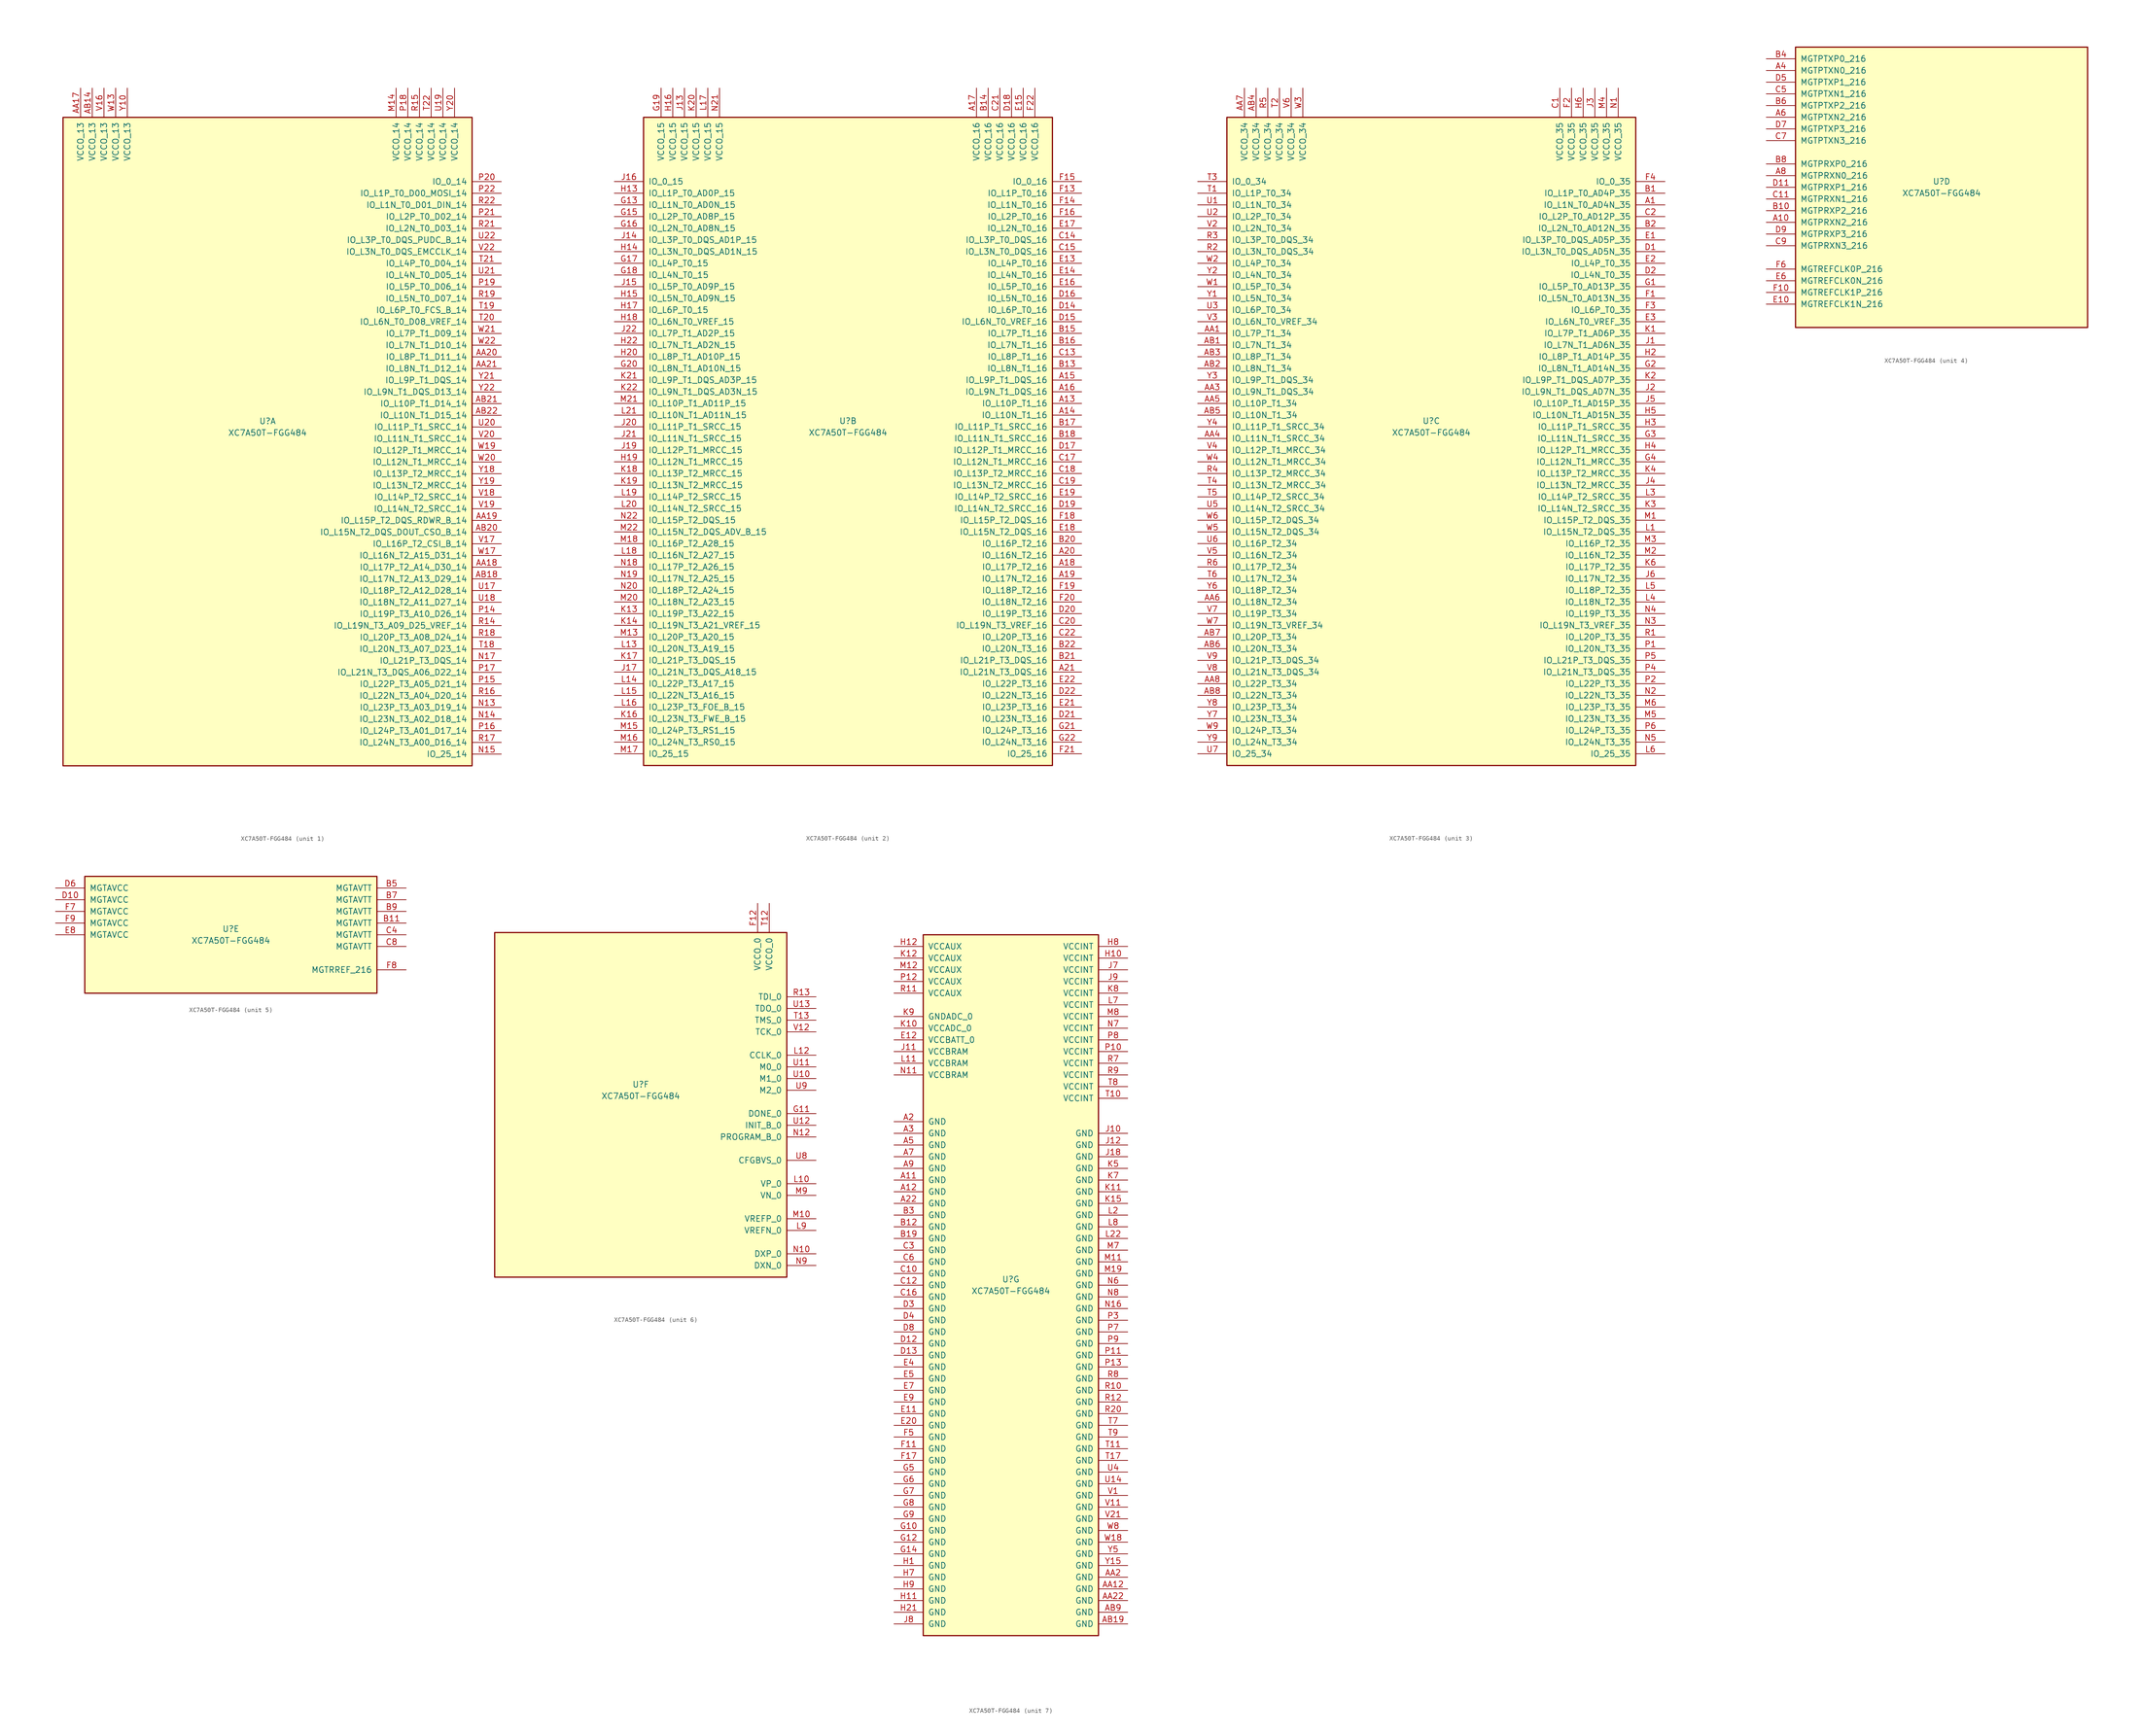
<source format=kicad_sym>
(kicad_symbol_lib
  (version 20201005)
  (generator kicad_symbol_editor)
  (symbol "XC7A50T-FGG484"
    (pin_names
      (offset 1.016))
    (property "Reference" "U"
      (at 0 1.27 0)
      (effects (font (size 1.27 1.27))))
    (property "Value" "XC7A50T-FGG484"
      (at 0 -1.27 0)
      (effects (font (size 1.27 1.27))))
    (property "Datasheet" ""
      (at 0 0 0)
      (effects (font (size 1.27 1.27))))
    (property "ki_locked" ""
      (at 0 0 0)
      (effects (font (size 1.27 1.27))))
    (symbol "XC7A50T-FGG484_1_1"
      (rectangle (start -44.45 67.31) (end 44.45 -73.66) (stroke (width 0.254)) (fill (type background)))
      (pin power_in line (at -40.64 73.66 270) (length 6.35) (name "VCCO_13" (effects (font (size 1.27 1.27)))) (number "AA17" (effects (font (size 1.27 1.27)))))
      (pin power_in line (at -38.1 73.66 270) (length 6.35) (name "VCCO_13" (effects (font (size 1.27 1.27)))) (number "AB14" (effects (font (size 1.27 1.27)))))
      (pin power_in line (at -35.56 73.66 270) (length 6.35) (name "VCCO_13" (effects (font (size 1.27 1.27)))) (number "V16" (effects (font (size 1.27 1.27)))))
      (pin power_in line (at -33.02 73.66 270) (length 6.35) (name "VCCO_13" (effects (font (size 1.27 1.27)))) (number "W13" (effects (font (size 1.27 1.27)))))
      (pin power_in line (at -30.48 73.66 270) (length 6.35) (name "VCCO_13" (effects (font (size 1.27 1.27)))) (number "Y10" (effects (font (size 1.27 1.27)))))
      (pin power_in line (at 27.94 73.66 270) (length 6.35) (name "VCCO_14" (effects (font (size 1.27 1.27)))) (number "M14" (effects (font (size 1.27 1.27)))))
      (pin power_in line (at 30.48 73.66 270) (length 6.35) (name "VCCO_14" (effects (font (size 1.27 1.27)))) (number "P18" (effects (font (size 1.27 1.27)))))
      (pin power_in line (at 33.02 73.66 270) (length 6.35) (name "VCCO_14" (effects (font (size 1.27 1.27)))) (number "R15" (effects (font (size 1.27 1.27)))))
      (pin power_in line (at 35.56 73.66 270) (length 6.35) (name "VCCO_14" (effects (font (size 1.27 1.27)))) (number "T22" (effects (font (size 1.27 1.27)))))
      (pin power_in line (at 38.1 73.66 270) (length 6.35) (name "VCCO_14" (effects (font (size 1.27 1.27)))) (number "U19" (effects (font (size 1.27 1.27)))))
      (pin power_in line (at 40.64 73.66 270) (length 6.35) (name "VCCO_14" (effects (font (size 1.27 1.27)))) (number "Y20" (effects (font (size 1.27 1.27)))))
      (pin bidirectional line (at 50.8 53.34 180) (length 6.35) (name "IO_0_14" (effects (font (size 1.27 1.27)))) (number "P20" (effects (font (size 1.27 1.27)))))
      (pin bidirectional line (at 50.8 50.8 180) (length 6.35) (name "IO_L1P_T0_D00_MOSI_14" (effects (font (size 1.27 1.27)))) (number "P22" (effects (font (size 1.27 1.27)))))
      (pin bidirectional line (at 50.8 48.26 180) (length 6.35) (name "IO_L1N_T0_D01_DIN_14" (effects (font (size 1.27 1.27)))) (number "R22" (effects (font (size 1.27 1.27)))))
      (pin bidirectional line (at 50.8 45.72 180) (length 6.35) (name "IO_L2P_T0_D02_14" (effects (font (size 1.27 1.27)))) (number "P21" (effects (font (size 1.27 1.27)))))
      (pin bidirectional line (at 50.8 43.18 180) (length 6.35) (name "IO_L2N_T0_D03_14" (effects (font (size 1.27 1.27)))) (number "R21" (effects (font (size 1.27 1.27)))))
      (pin bidirectional line (at 50.8 40.64 180) (length 6.35) (name "IO_L3P_T0_DQS_PUDC_B_14" (effects (font (size 1.27 1.27)))) (number "U22" (effects (font (size 1.27 1.27)))))
      (pin bidirectional line (at 50.8 38.1 180) (length 6.35) (name "IO_L3N_T0_DQS_EMCCLK_14" (effects (font (size 1.27 1.27)))) (number "V22" (effects (font (size 1.27 1.27)))))
      (pin bidirectional line (at 50.8 35.56 180) (length 6.35) (name "IO_L4P_T0_D04_14" (effects (font (size 1.27 1.27)))) (number "T21" (effects (font (size 1.27 1.27)))))
      (pin bidirectional line (at 50.8 33.02 180) (length 6.35) (name "IO_L4N_T0_D05_14" (effects (font (size 1.27 1.27)))) (number "U21" (effects (font (size 1.27 1.27)))))
      (pin bidirectional line (at 50.8 30.48 180) (length 6.35) (name "IO_L5P_T0_D06_14" (effects (font (size 1.27 1.27)))) (number "P19" (effects (font (size 1.27 1.27)))))
      (pin bidirectional line (at 50.8 27.94 180) (length 6.35) (name "IO_L5N_T0_D07_14" (effects (font (size 1.27 1.27)))) (number "R19" (effects (font (size 1.27 1.27)))))
      (pin bidirectional line (at 50.8 25.4 180) (length 6.35) (name "IO_L6P_T0_FCS_B_14" (effects (font (size 1.27 1.27)))) (number "T19" (effects (font (size 1.27 1.27)))))
      (pin bidirectional line (at 50.8 22.86 180) (length 6.35) (name "IO_L6N_T0_D08_VREF_14" (effects (font (size 1.27 1.27)))) (number "T20" (effects (font (size 1.27 1.27)))))
      (pin bidirectional line (at 50.8 20.32 180) (length 6.35) (name "IO_L7P_T1_D09_14" (effects (font (size 1.27 1.27)))) (number "W21" (effects (font (size 1.27 1.27)))))
      (pin bidirectional line (at 50.8 17.78 180) (length 6.35) (name "IO_L7N_T1_D10_14" (effects (font (size 1.27 1.27)))) (number "W22" (effects (font (size 1.27 1.27)))))
      (pin bidirectional line (at 50.8 15.24 180) (length 6.35) (name "IO_L8P_T1_D11_14" (effects (font (size 1.27 1.27)))) (number "AA20" (effects (font (size 1.27 1.27)))))
      (pin bidirectional line (at 50.8 12.7 180) (length 6.35) (name "IO_L8N_T1_D12_14" (effects (font (size 1.27 1.27)))) (number "AA21" (effects (font (size 1.27 1.27)))))
      (pin bidirectional line (at 50.8 10.16 180) (length 6.35) (name "IO_L9P_T1_DQS_14" (effects (font (size 1.27 1.27)))) (number "Y21" (effects (font (size 1.27 1.27)))))
      (pin bidirectional line (at 50.8 7.62 180) (length 6.35) (name "IO_L9N_T1_DQS_D13_14" (effects (font (size 1.27 1.27)))) (number "Y22" (effects (font (size 1.27 1.27)))))
      (pin bidirectional line (at 50.8 5.08 180) (length 6.35) (name "IO_L10P_T1_D14_14" (effects (font (size 1.27 1.27)))) (number "AB21" (effects (font (size 1.27 1.27)))))
      (pin bidirectional line (at 50.8 2.54 180) (length 6.35) (name "IO_L10N_T1_D15_14" (effects (font (size 1.27 1.27)))) (number "AB22" (effects (font (size 1.27 1.27)))))
      (pin bidirectional line (at 50.8 0 180) (length 6.35) (name "IO_L11P_T1_SRCC_14" (effects (font (size 1.27 1.27)))) (number "U20" (effects (font (size 1.27 1.27)))))
      (pin bidirectional line (at 50.8 -2.54 180) (length 6.35) (name "IO_L11N_T1_SRCC_14" (effects (font (size 1.27 1.27)))) (number "V20" (effects (font (size 1.27 1.27)))))
      (pin bidirectional line (at 50.8 -5.08 180) (length 6.35) (name "IO_L12P_T1_MRCC_14" (effects (font (size 1.27 1.27)))) (number "W19" (effects (font (size 1.27 1.27)))))
      (pin bidirectional line (at 50.8 -7.62 180) (length 6.35) (name "IO_L12N_T1_MRCC_14" (effects (font (size 1.27 1.27)))) (number "W20" (effects (font (size 1.27 1.27)))))
      (pin bidirectional line (at 50.8 -10.16 180) (length 6.35) (name "IO_L13P_T2_MRCC_14" (effects (font (size 1.27 1.27)))) (number "Y18" (effects (font (size 1.27 1.27)))))
      (pin bidirectional line (at 50.8 -12.7 180) (length 6.35) (name "IO_L13N_T2_MRCC_14" (effects (font (size 1.27 1.27)))) (number "Y19" (effects (font (size 1.27 1.27)))))
      (pin bidirectional line (at 50.8 -15.24 180) (length 6.35) (name "IO_L14P_T2_SRCC_14" (effects (font (size 1.27 1.27)))) (number "V18" (effects (font (size 1.27 1.27)))))
      (pin bidirectional line (at 50.8 -17.78 180) (length 6.35) (name "IO_L14N_T2_SRCC_14" (effects (font (size 1.27 1.27)))) (number "V19" (effects (font (size 1.27 1.27)))))
      (pin bidirectional line (at 50.8 -20.32 180) (length 6.35) (name "IO_L15P_T2_DQS_RDWR_B_14" (effects (font (size 1.27 1.27)))) (number "AA19" (effects (font (size 1.27 1.27)))))
      (pin bidirectional line (at 50.8 -22.86 180) (length 6.35) (name "IO_L15N_T2_DQS_DOUT_CSO_B_14" (effects (font (size 1.27 1.27)))) (number "AB20" (effects (font (size 1.27 1.27)))))
      (pin bidirectional line (at 50.8 -25.4 180) (length 6.35) (name "IO_L16P_T2_CSI_B_14" (effects (font (size 1.27 1.27)))) (number "V17" (effects (font (size 1.27 1.27)))))
      (pin bidirectional line (at 50.8 -27.94 180) (length 6.35) (name "IO_L16N_T2_A15_D31_14" (effects (font (size 1.27 1.27)))) (number "W17" (effects (font (size 1.27 1.27)))))
      (pin bidirectional line (at 50.8 -30.48 180) (length 6.35) (name "IO_L17P_T2_A14_D30_14" (effects (font (size 1.27 1.27)))) (number "AA18" (effects (font (size 1.27 1.27)))))
      (pin bidirectional line (at 50.8 -33.02 180) (length 6.35) (name "IO_L17N_T2_A13_D29_14" (effects (font (size 1.27 1.27)))) (number "AB18" (effects (font (size 1.27 1.27)))))
      (pin bidirectional line (at 50.8 -35.56 180) (length 6.35) (name "IO_L18P_T2_A12_D28_14" (effects (font (size 1.27 1.27)))) (number "U17" (effects (font (size 1.27 1.27)))))
      (pin bidirectional line (at 50.8 -38.1 180) (length 6.35) (name "IO_L18N_T2_A11_D27_14" (effects (font (size 1.27 1.27)))) (number "U18" (effects (font (size 1.27 1.27)))))
      (pin bidirectional line (at 50.8 -40.64 180) (length 6.35) (name "IO_L19P_T3_A10_D26_14" (effects (font (size 1.27 1.27)))) (number "P14" (effects (font (size 1.27 1.27)))))
      (pin bidirectional line (at 50.8 -43.18 180) (length 6.35) (name "IO_L19N_T3_A09_D25_VREF_14" (effects (font (size 1.27 1.27)))) (number "R14" (effects (font (size 1.27 1.27)))))
      (pin bidirectional line (at 50.8 -45.72 180) (length 6.35) (name "IO_L20P_T3_A08_D24_14" (effects (font (size 1.27 1.27)))) (number "R18" (effects (font (size 1.27 1.27)))))
      (pin bidirectional line (at 50.8 -48.26 180) (length 6.35) (name "IO_L20N_T3_A07_D23_14" (effects (font (size 1.27 1.27)))) (number "T18" (effects (font (size 1.27 1.27)))))
      (pin bidirectional line (at 50.8 -50.8 180) (length 6.35) (name "IO_L21P_T3_DQS_14" (effects (font (size 1.27 1.27)))) (number "N17" (effects (font (size 1.27 1.27)))))
      (pin bidirectional line (at 50.8 -53.34 180) (length 6.35) (name "IO_L21N_T3_DQS_A06_D22_14" (effects (font (size 1.27 1.27)))) (number "P17" (effects (font (size 1.27 1.27)))))
      (pin bidirectional line (at 50.8 -55.88 180) (length 6.35) (name "IO_L22P_T3_A05_D21_14" (effects (font (size 1.27 1.27)))) (number "P15" (effects (font (size 1.27 1.27)))))
      (pin bidirectional line (at 50.8 -58.42 180) (length 6.35) (name "IO_L22N_T3_A04_D20_14" (effects (font (size 1.27 1.27)))) (number "R16" (effects (font (size 1.27 1.27)))))
      (pin bidirectional line (at 50.8 -60.96 180) (length 6.35) (name "IO_L23P_T3_A03_D19_14" (effects (font (size 1.27 1.27)))) (number "N13" (effects (font (size 1.27 1.27)))))
      (pin bidirectional line (at 50.8 -63.5 180) (length 6.35) (name "IO_L23N_T3_A02_D18_14" (effects (font (size 1.27 1.27)))) (number "N14" (effects (font (size 1.27 1.27)))))
      (pin bidirectional line (at 50.8 -66.04 180) (length 6.35) (name "IO_L24P_T3_A01_D17_14" (effects (font (size 1.27 1.27)))) (number "P16" (effects (font (size 1.27 1.27)))))
      (pin bidirectional line (at 50.8 -68.58 180) (length 6.35) (name "IO_L24N_T3_A00_D16_14" (effects (font (size 1.27 1.27)))) (number "R17" (effects (font (size 1.27 1.27)))))
      (pin bidirectional line (at 50.8 -71.12 180) (length 6.35) (name "IO_25_14" (effects (font (size 1.27 1.27)))) (number "N15" (effects (font (size 1.27 1.27))))))
    (symbol "XC7A50T-FGG484_2_1"
      (rectangle (start -44.45 67.31) (end 44.45 -73.66) (stroke (width 0.254)) (fill (type background)))
      (pin power_in line (at -40.64 73.66 270) (length 6.35) (name "VCCO_15" (effects (font (size 1.27 1.27)))) (number "G19" (effects (font (size 1.27 1.27)))))
      (pin power_in line (at -38.1 73.66 270) (length 6.35) (name "VCCO_15" (effects (font (size 1.27 1.27)))) (number "H16" (effects (font (size 1.27 1.27)))))
      (pin power_in line (at -35.56 73.66 270) (length 6.35) (name "VCCO_15" (effects (font (size 1.27 1.27)))) (number "J13" (effects (font (size 1.27 1.27)))))
      (pin power_in line (at -33.02 73.66 270) (length 6.35) (name "VCCO_15" (effects (font (size 1.27 1.27)))) (number "K20" (effects (font (size 1.27 1.27)))))
      (pin power_in line (at -30.48 73.66 270) (length 6.35) (name "VCCO_15" (effects (font (size 1.27 1.27)))) (number "L17" (effects (font (size 1.27 1.27)))))
      (pin power_in line (at -27.94 73.66 270) (length 6.35) (name "VCCO_15" (effects (font (size 1.27 1.27)))) (number "N21" (effects (font (size 1.27 1.27)))))
      (pin bidirectional line (at -50.8 53.34 0) (length 6.35) (name "IO_0_15" (effects (font (size 1.27 1.27)))) (number "J16" (effects (font (size 1.27 1.27)))))
      (pin bidirectional line (at -50.8 50.8 0) (length 6.35) (name "IO_L1P_T0_AD0P_15" (effects (font (size 1.27 1.27)))) (number "H13" (effects (font (size 1.27 1.27)))))
      (pin bidirectional line (at -50.8 48.26 0) (length 6.35) (name "IO_L1N_T0_AD0N_15" (effects (font (size 1.27 1.27)))) (number "G13" (effects (font (size 1.27 1.27)))))
      (pin bidirectional line (at -50.8 45.72 0) (length 6.35) (name "IO_L2P_T0_AD8P_15" (effects (font (size 1.27 1.27)))) (number "G15" (effects (font (size 1.27 1.27)))))
      (pin bidirectional line (at -50.8 43.18 0) (length 6.35) (name "IO_L2N_T0_AD8N_15" (effects (font (size 1.27 1.27)))) (number "G16" (effects (font (size 1.27 1.27)))))
      (pin bidirectional line (at -50.8 40.64 0) (length 6.35) (name "IO_L3P_T0_DQS_AD1P_15" (effects (font (size 1.27 1.27)))) (number "J14" (effects (font (size 1.27 1.27)))))
      (pin bidirectional line (at -50.8 38.1 0) (length 6.35) (name "IO_L3N_T0_DQS_AD1N_15" (effects (font (size 1.27 1.27)))) (number "H14" (effects (font (size 1.27 1.27)))))
      (pin bidirectional line (at -50.8 35.56 0) (length 6.35) (name "IO_L4P_T0_15" (effects (font (size 1.27 1.27)))) (number "G17" (effects (font (size 1.27 1.27)))))
      (pin bidirectional line (at -50.8 33.02 0) (length 6.35) (name "IO_L4N_T0_15" (effects (font (size 1.27 1.27)))) (number "G18" (effects (font (size 1.27 1.27)))))
      (pin bidirectional line (at -50.8 30.48 0) (length 6.35) (name "IO_L5P_T0_AD9P_15" (effects (font (size 1.27 1.27)))) (number "J15" (effects (font (size 1.27 1.27)))))
      (pin bidirectional line (at -50.8 27.94 0) (length 6.35) (name "IO_L5N_T0_AD9N_15" (effects (font (size 1.27 1.27)))) (number "H15" (effects (font (size 1.27 1.27)))))
      (pin bidirectional line (at -50.8 25.4 0) (length 6.35) (name "IO_L6P_T0_15" (effects (font (size 1.27 1.27)))) (number "H17" (effects (font (size 1.27 1.27)))))
      (pin bidirectional line (at -50.8 22.86 0) (length 6.35) (name "IO_L6N_T0_VREF_15" (effects (font (size 1.27 1.27)))) (number "H18" (effects (font (size 1.27 1.27)))))
      (pin bidirectional line (at -50.8 20.32 0) (length 6.35) (name "IO_L7P_T1_AD2P_15" (effects (font (size 1.27 1.27)))) (number "J22" (effects (font (size 1.27 1.27)))))
      (pin bidirectional line (at -50.8 17.78 0) (length 6.35) (name "IO_L7N_T1_AD2N_15" (effects (font (size 1.27 1.27)))) (number "H22" (effects (font (size 1.27 1.27)))))
      (pin bidirectional line (at -50.8 15.24 0) (length 6.35) (name "IO_L8P_T1_AD10P_15" (effects (font (size 1.27 1.27)))) (number "H20" (effects (font (size 1.27 1.27)))))
      (pin bidirectional line (at -50.8 12.7 0) (length 6.35) (name "IO_L8N_T1_AD10N_15" (effects (font (size 1.27 1.27)))) (number "G20" (effects (font (size 1.27 1.27)))))
      (pin bidirectional line (at -50.8 10.16 0) (length 6.35) (name "IO_L9P_T1_DQS_AD3P_15" (effects (font (size 1.27 1.27)))) (number "K21" (effects (font (size 1.27 1.27)))))
      (pin bidirectional line (at -50.8 7.62 0) (length 6.35) (name "IO_L9N_T1_DQS_AD3N_15" (effects (font (size 1.27 1.27)))) (number "K22" (effects (font (size 1.27 1.27)))))
      (pin bidirectional line (at -50.8 5.08 0) (length 6.35) (name "IO_L10P_T1_AD11P_15" (effects (font (size 1.27 1.27)))) (number "M21" (effects (font (size 1.27 1.27)))))
      (pin bidirectional line (at -50.8 2.54 0) (length 6.35) (name "IO_L10N_T1_AD11N_15" (effects (font (size 1.27 1.27)))) (number "L21" (effects (font (size 1.27 1.27)))))
      (pin bidirectional line (at -50.8 0 0) (length 6.35) (name "IO_L11P_T1_SRCC_15" (effects (font (size 1.27 1.27)))) (number "J20" (effects (font (size 1.27 1.27)))))
      (pin bidirectional line (at -50.8 -2.54 0) (length 6.35) (name "IO_L11N_T1_SRCC_15" (effects (font (size 1.27 1.27)))) (number "J21" (effects (font (size 1.27 1.27)))))
      (pin bidirectional line (at -50.8 -5.08 0) (length 6.35) (name "IO_L12P_T1_MRCC_15" (effects (font (size 1.27 1.27)))) (number "J19" (effects (font (size 1.27 1.27)))))
      (pin bidirectional line (at -50.8 -7.62 0) (length 6.35) (name "IO_L12N_T1_MRCC_15" (effects (font (size 1.27 1.27)))) (number "H19" (effects (font (size 1.27 1.27)))))
      (pin bidirectional line (at -50.8 -10.16 0) (length 6.35) (name "IO_L13P_T2_MRCC_15" (effects (font (size 1.27 1.27)))) (number "K18" (effects (font (size 1.27 1.27)))))
      (pin bidirectional line (at -50.8 -12.7 0) (length 6.35) (name "IO_L13N_T2_MRCC_15" (effects (font (size 1.27 1.27)))) (number "K19" (effects (font (size 1.27 1.27)))))
      (pin bidirectional line (at -50.8 -15.24 0) (length 6.35) (name "IO_L14P_T2_SRCC_15" (effects (font (size 1.27 1.27)))) (number "L19" (effects (font (size 1.27 1.27)))))
      (pin bidirectional line (at -50.8 -17.78 0) (length 6.35) (name "IO_L14N_T2_SRCC_15" (effects (font (size 1.27 1.27)))) (number "L20" (effects (font (size 1.27 1.27)))))
      (pin bidirectional line (at -50.8 -20.32 0) (length 6.35) (name "IO_L15P_T2_DQS_15" (effects (font (size 1.27 1.27)))) (number "N22" (effects (font (size 1.27 1.27)))))
      (pin bidirectional line (at -50.8 -22.86 0) (length 6.35) (name "IO_L15N_T2_DQS_ADV_B_15" (effects (font (size 1.27 1.27)))) (number "M22" (effects (font (size 1.27 1.27)))))
      (pin bidirectional line (at -50.8 -25.4 0) (length 6.35) (name "IO_L16P_T2_A28_15" (effects (font (size 1.27 1.27)))) (number "M18" (effects (font (size 1.27 1.27)))))
      (pin bidirectional line (at -50.8 -27.94 0) (length 6.35) (name "IO_L16N_T2_A27_15" (effects (font (size 1.27 1.27)))) (number "L18" (effects (font (size 1.27 1.27)))))
      (pin bidirectional line (at -50.8 -30.48 0) (length 6.35) (name "IO_L17P_T2_A26_15" (effects (font (size 1.27 1.27)))) (number "N18" (effects (font (size 1.27 1.27)))))
      (pin bidirectional line (at -50.8 -33.02 0) (length 6.35) (name "IO_L17N_T2_A25_15" (effects (font (size 1.27 1.27)))) (number "N19" (effects (font (size 1.27 1.27)))))
      (pin bidirectional line (at -50.8 -35.56 0) (length 6.35) (name "IO_L18P_T2_A24_15" (effects (font (size 1.27 1.27)))) (number "N20" (effects (font (size 1.27 1.27)))))
      (pin bidirectional line (at -50.8 -38.1 0) (length 6.35) (name "IO_L18N_T2_A23_15" (effects (font (size 1.27 1.27)))) (number "M20" (effects (font (size 1.27 1.27)))))
      (pin bidirectional line (at -50.8 -40.64 0) (length 6.35) (name "IO_L19P_T3_A22_15" (effects (font (size 1.27 1.27)))) (number "K13" (effects (font (size 1.27 1.27)))))
      (pin bidirectional line (at -50.8 -43.18 0) (length 6.35) (name "IO_L19N_T3_A21_VREF_15" (effects (font (size 1.27 1.27)))) (number "K14" (effects (font (size 1.27 1.27)))))
      (pin bidirectional line (at -50.8 -45.72 0) (length 6.35) (name "IO_L20P_T3_A20_15" (effects (font (size 1.27 1.27)))) (number "M13" (effects (font (size 1.27 1.27)))))
      (pin bidirectional line (at -50.8 -48.26 0) (length 6.35) (name "IO_L20N_T3_A19_15" (effects (font (size 1.27 1.27)))) (number "L13" (effects (font (size 1.27 1.27)))))
      (pin bidirectional line (at -50.8 -50.8 0) (length 6.35) (name "IO_L21P_T3_DQS_15" (effects (font (size 1.27 1.27)))) (number "K17" (effects (font (size 1.27 1.27)))))
      (pin bidirectional line (at -50.8 -53.34 0) (length 6.35) (name "IO_L21N_T3_DQS_A18_15" (effects (font (size 1.27 1.27)))) (number "J17" (effects (font (size 1.27 1.27)))))
      (pin bidirectional line (at -50.8 -55.88 0) (length 6.35) (name "IO_L22P_T3_A17_15" (effects (font (size 1.27 1.27)))) (number "L14" (effects (font (size 1.27 1.27)))))
      (pin bidirectional line (at -50.8 -58.42 0) (length 6.35) (name "IO_L22N_T3_A16_15" (effects (font (size 1.27 1.27)))) (number "L15" (effects (font (size 1.27 1.27)))))
      (pin bidirectional line (at -50.8 -60.96 0) (length 6.35) (name "IO_L23P_T3_FOE_B_15" (effects (font (size 1.27 1.27)))) (number "L16" (effects (font (size 1.27 1.27)))))
      (pin bidirectional line (at -50.8 -63.5 0) (length 6.35) (name "IO_L23N_T3_FWE_B_15" (effects (font (size 1.27 1.27)))) (number "K16" (effects (font (size 1.27 1.27)))))
      (pin bidirectional line (at -50.8 -66.04 0) (length 6.35) (name "IO_L24P_T3_RS1_15" (effects (font (size 1.27 1.27)))) (number "M15" (effects (font (size 1.27 1.27)))))
      (pin bidirectional line (at -50.8 -68.58 0) (length 6.35) (name "IO_L24N_T3_RS0_15" (effects (font (size 1.27 1.27)))) (number "M16" (effects (font (size 1.27 1.27)))))
      (pin bidirectional line (at -50.8 -71.12 0) (length 6.35) (name "IO_25_15" (effects (font (size 1.27 1.27)))) (number "M17" (effects (font (size 1.27 1.27)))))
      (pin power_in line (at 27.94 73.66 270) (length 6.35) (name "VCCO_16" (effects (font (size 1.27 1.27)))) (number "A17" (effects (font (size 1.27 1.27)))))
      (pin power_in line (at 30.48 73.66 270) (length 6.35) (name "VCCO_16" (effects (font (size 1.27 1.27)))) (number "B14" (effects (font (size 1.27 1.27)))))
      (pin power_in line (at 33.02 73.66 270) (length 6.35) (name "VCCO_16" (effects (font (size 1.27 1.27)))) (number "C21" (effects (font (size 1.27 1.27)))))
      (pin power_in line (at 35.56 73.66 270) (length 6.35) (name "VCCO_16" (effects (font (size 1.27 1.27)))) (number "D18" (effects (font (size 1.27 1.27)))))
      (pin power_in line (at 38.1 73.66 270) (length 6.35) (name "VCCO_16" (effects (font (size 1.27 1.27)))) (number "E15" (effects (font (size 1.27 1.27)))))
      (pin power_in line (at 40.64 73.66 270) (length 6.35) (name "VCCO_16" (effects (font (size 1.27 1.27)))) (number "F22" (effects (font (size 1.27 1.27)))))
      (pin bidirectional line (at 50.8 53.34 180) (length 6.35) (name "IO_0_16" (effects (font (size 1.27 1.27)))) (number "F15" (effects (font (size 1.27 1.27)))))
      (pin bidirectional line (at 50.8 50.8 180) (length 6.35) (name "IO_L1P_T0_16" (effects (font (size 1.27 1.27)))) (number "F13" (effects (font (size 1.27 1.27)))))
      (pin bidirectional line (at 50.8 48.26 180) (length 6.35) (name "IO_L1N_T0_16" (effects (font (size 1.27 1.27)))) (number "F14" (effects (font (size 1.27 1.27)))))
      (pin bidirectional line (at 50.8 45.72 180) (length 6.35) (name "IO_L2P_T0_16" (effects (font (size 1.27 1.27)))) (number "F16" (effects (font (size 1.27 1.27)))))
      (pin bidirectional line (at 50.8 43.18 180) (length 6.35) (name "IO_L2N_T0_16" (effects (font (size 1.27 1.27)))) (number "E17" (effects (font (size 1.27 1.27)))))
      (pin bidirectional line (at 50.8 40.64 180) (length 6.35) (name "IO_L3P_T0_DQS_16" (effects (font (size 1.27 1.27)))) (number "C14" (effects (font (size 1.27 1.27)))))
      (pin bidirectional line (at 50.8 38.1 180) (length 6.35) (name "IO_L3N_T0_DQS_16" (effects (font (size 1.27 1.27)))) (number "C15" (effects (font (size 1.27 1.27)))))
      (pin bidirectional line (at 50.8 35.56 180) (length 6.35) (name "IO_L4P_T0_16" (effects (font (size 1.27 1.27)))) (number "E13" (effects (font (size 1.27 1.27)))))
      (pin bidirectional line (at 50.8 33.02 180) (length 6.35) (name "IO_L4N_T0_16" (effects (font (size 1.27 1.27)))) (number "E14" (effects (font (size 1.27 1.27)))))
      (pin bidirectional line (at 50.8 30.48 180) (length 6.35) (name "IO_L5P_T0_16" (effects (font (size 1.27 1.27)))) (number "E16" (effects (font (size 1.27 1.27)))))
      (pin bidirectional line (at 50.8 27.94 180) (length 6.35) (name "IO_L5N_T0_16" (effects (font (size 1.27 1.27)))) (number "D16" (effects (font (size 1.27 1.27)))))
      (pin bidirectional line (at 50.8 25.4 180) (length 6.35) (name "IO_L6P_T0_16" (effects (font (size 1.27 1.27)))) (number "D14" (effects (font (size 1.27 1.27)))))
      (pin bidirectional line (at 50.8 22.86 180) (length 6.35) (name "IO_L6N_T0_VREF_16" (effects (font (size 1.27 1.27)))) (number "D15" (effects (font (size 1.27 1.27)))))
      (pin bidirectional line (at 50.8 20.32 180) (length 6.35) (name "IO_L7P_T1_16" (effects (font (size 1.27 1.27)))) (number "B15" (effects (font (size 1.27 1.27)))))
      (pin bidirectional line (at 50.8 17.78 180) (length 6.35) (name "IO_L7N_T1_16" (effects (font (size 1.27 1.27)))) (number "B16" (effects (font (size 1.27 1.27)))))
      (pin bidirectional line (at 50.8 15.24 180) (length 6.35) (name "IO_L8P_T1_16" (effects (font (size 1.27 1.27)))) (number "C13" (effects (font (size 1.27 1.27)))))
      (pin bidirectional line (at 50.8 12.7 180) (length 6.35) (name "IO_L8N_T1_16" (effects (font (size 1.27 1.27)))) (number "B13" (effects (font (size 1.27 1.27)))))
      (pin bidirectional line (at 50.8 10.16 180) (length 6.35) (name "IO_L9P_T1_DQS_16" (effects (font (size 1.27 1.27)))) (number "A15" (effects (font (size 1.27 1.27)))))
      (pin bidirectional line (at 50.8 7.62 180) (length 6.35) (name "IO_L9N_T1_DQS_16" (effects (font (size 1.27 1.27)))) (number "A16" (effects (font (size 1.27 1.27)))))
      (pin bidirectional line (at 50.8 5.08 180) (length 6.35) (name "IO_L10P_T1_16" (effects (font (size 1.27 1.27)))) (number "A13" (effects (font (size 1.27 1.27)))))
      (pin bidirectional line (at 50.8 2.54 180) (length 6.35) (name "IO_L10N_T1_16" (effects (font (size 1.27 1.27)))) (number "A14" (effects (font (size 1.27 1.27)))))
      (pin bidirectional line (at 50.8 0 180) (length 6.35) (name "IO_L11P_T1_SRCC_16" (effects (font (size 1.27 1.27)))) (number "B17" (effects (font (size 1.27 1.27)))))
      (pin bidirectional line (at 50.8 -2.54 180) (length 6.35) (name "IO_L11N_T1_SRCC_16" (effects (font (size 1.27 1.27)))) (number "B18" (effects (font (size 1.27 1.27)))))
      (pin bidirectional line (at 50.8 -5.08 180) (length 6.35) (name "IO_L12P_T1_MRCC_16" (effects (font (size 1.27 1.27)))) (number "D17" (effects (font (size 1.27 1.27)))))
      (pin bidirectional line (at 50.8 -7.62 180) (length 6.35) (name "IO_L12N_T1_MRCC_16" (effects (font (size 1.27 1.27)))) (number "C17" (effects (font (size 1.27 1.27)))))
      (pin bidirectional line (at 50.8 -10.16 180) (length 6.35) (name "IO_L13P_T2_MRCC_16" (effects (font (size 1.27 1.27)))) (number "C18" (effects (font (size 1.27 1.27)))))
      (pin bidirectional line (at 50.8 -12.7 180) (length 6.35) (name "IO_L13N_T2_MRCC_16" (effects (font (size 1.27 1.27)))) (number "C19" (effects (font (size 1.27 1.27)))))
      (pin bidirectional line (at 50.8 -15.24 180) (length 6.35) (name "IO_L14P_T2_SRCC_16" (effects (font (size 1.27 1.27)))) (number "E19" (effects (font (size 1.27 1.27)))))
      (pin bidirectional line (at 50.8 -17.78 180) (length 6.35) (name "IO_L14N_T2_SRCC_16" (effects (font (size 1.27 1.27)))) (number "D19" (effects (font (size 1.27 1.27)))))
      (pin bidirectional line (at 50.8 -20.32 180) (length 6.35) (name "IO_L15P_T2_DQS_16" (effects (font (size 1.27 1.27)))) (number "F18" (effects (font (size 1.27 1.27)))))
      (pin bidirectional line (at 50.8 -22.86 180) (length 6.35) (name "IO_L15N_T2_DQS_16" (effects (font (size 1.27 1.27)))) (number "E18" (effects (font (size 1.27 1.27)))))
      (pin bidirectional line (at 50.8 -25.4 180) (length 6.35) (name "IO_L16P_T2_16" (effects (font (size 1.27 1.27)))) (number "B20" (effects (font (size 1.27 1.27)))))
      (pin bidirectional line (at 50.8 -27.94 180) (length 6.35) (name "IO_L16N_T2_16" (effects (font (size 1.27 1.27)))) (number "A20" (effects (font (size 1.27 1.27)))))
      (pin bidirectional line (at 50.8 -30.48 180) (length 6.35) (name "IO_L17P_T2_16" (effects (font (size 1.27 1.27)))) (number "A18" (effects (font (size 1.27 1.27)))))
      (pin bidirectional line (at 50.8 -33.02 180) (length 6.35) (name "IO_L17N_T2_16" (effects (font (size 1.27 1.27)))) (number "A19" (effects (font (size 1.27 1.27)))))
      (pin bidirectional line (at 50.8 -35.56 180) (length 6.35) (name "IO_L18P_T2_16" (effects (font (size 1.27 1.27)))) (number "F19" (effects (font (size 1.27 1.27)))))
      (pin bidirectional line (at 50.8 -38.1 180) (length 6.35) (name "IO_L18N_T2_16" (effects (font (size 1.27 1.27)))) (number "F20" (effects (font (size 1.27 1.27)))))
      (pin bidirectional line (at 50.8 -40.64 180) (length 6.35) (name "IO_L19P_T3_16" (effects (font (size 1.27 1.27)))) (number "D20" (effects (font (size 1.27 1.27)))))
      (pin bidirectional line (at 50.8 -43.18 180) (length 6.35) (name "IO_L19N_T3_VREF_16" (effects (font (size 1.27 1.27)))) (number "C20" (effects (font (size 1.27 1.27)))))
      (pin bidirectional line (at 50.8 -45.72 180) (length 6.35) (name "IO_L20P_T3_16" (effects (font (size 1.27 1.27)))) (number "C22" (effects (font (size 1.27 1.27)))))
      (pin bidirectional line (at 50.8 -48.26 180) (length 6.35) (name "IO_L20N_T3_16" (effects (font (size 1.27 1.27)))) (number "B22" (effects (font (size 1.27 1.27)))))
      (pin bidirectional line (at 50.8 -50.8 180) (length 6.35) (name "IO_L21P_T3_DQS_16" (effects (font (size 1.27 1.27)))) (number "B21" (effects (font (size 1.27 1.27)))))
      (pin bidirectional line (at 50.8 -53.34 180) (length 6.35) (name "IO_L21N_T3_DQS_16" (effects (font (size 1.27 1.27)))) (number "A21" (effects (font (size 1.27 1.27)))))
      (pin bidirectional line (at 50.8 -55.88 180) (length 6.35) (name "IO_L22P_T3_16" (effects (font (size 1.27 1.27)))) (number "E22" (effects (font (size 1.27 1.27)))))
      (pin bidirectional line (at 50.8 -58.42 180) (length 6.35) (name "IO_L22N_T3_16" (effects (font (size 1.27 1.27)))) (number "D22" (effects (font (size 1.27 1.27)))))
      (pin bidirectional line (at 50.8 -60.96 180) (length 6.35) (name "IO_L23P_T3_16" (effects (font (size 1.27 1.27)))) (number "E21" (effects (font (size 1.27 1.27)))))
      (pin bidirectional line (at 50.8 -63.5 180) (length 6.35) (name "IO_L23N_T3_16" (effects (font (size 1.27 1.27)))) (number "D21" (effects (font (size 1.27 1.27)))))
      (pin bidirectional line (at 50.8 -66.04 180) (length 6.35) (name "IO_L24P_T3_16" (effects (font (size 1.27 1.27)))) (number "G21" (effects (font (size 1.27 1.27)))))
      (pin bidirectional line (at 50.8 -68.58 180) (length 6.35) (name "IO_L24N_T3_16" (effects (font (size 1.27 1.27)))) (number "G22" (effects (font (size 1.27 1.27)))))
      (pin bidirectional line (at 50.8 -71.12 180) (length 6.35) (name "IO_25_16" (effects (font (size 1.27 1.27)))) (number "F21" (effects (font (size 1.27 1.27))))))
    (symbol "XC7A50T-FGG484_3_1"
      (rectangle (start -44.45 67.31) (end 44.45 -73.66) (stroke (width 0.254)) (fill (type background)))
      (pin power_in line (at -40.64 73.66 270) (length 6.35) (name "VCCO_34" (effects (font (size 1.27 1.27)))) (number "AA7" (effects (font (size 1.27 1.27)))))
      (pin power_in line (at -38.1 73.66 270) (length 6.35) (name "VCCO_34" (effects (font (size 1.27 1.27)))) (number "AB4" (effects (font (size 1.27 1.27)))))
      (pin power_in line (at -35.56 73.66 270) (length 6.35) (name "VCCO_34" (effects (font (size 1.27 1.27)))) (number "R5" (effects (font (size 1.27 1.27)))))
      (pin power_in line (at -33.02 73.66 270) (length 6.35) (name "VCCO_34" (effects (font (size 1.27 1.27)))) (number "T2" (effects (font (size 1.27 1.27)))))
      (pin power_in line (at -30.48 73.66 270) (length 6.35) (name "VCCO_34" (effects (font (size 1.27 1.27)))) (number "V6" (effects (font (size 1.27 1.27)))))
      (pin power_in line (at -27.94 73.66 270) (length 6.35) (name "VCCO_34" (effects (font (size 1.27 1.27)))) (number "W3" (effects (font (size 1.27 1.27)))))
      (pin bidirectional line (at -50.8 53.34 0) (length 6.35) (name "IO_0_34" (effects (font (size 1.27 1.27)))) (number "T3" (effects (font (size 1.27 1.27)))))
      (pin bidirectional line (at -50.8 50.8 0) (length 6.35) (name "IO_L1P_T0_34" (effects (font (size 1.27 1.27)))) (number "T1" (effects (font (size 1.27 1.27)))))
      (pin bidirectional line (at -50.8 48.26 0) (length 6.35) (name "IO_L1N_T0_34" (effects (font (size 1.27 1.27)))) (number "U1" (effects (font (size 1.27 1.27)))))
      (pin bidirectional line (at -50.8 45.72 0) (length 6.35) (name "IO_L2P_T0_34" (effects (font (size 1.27 1.27)))) (number "U2" (effects (font (size 1.27 1.27)))))
      (pin bidirectional line (at -50.8 43.18 0) (length 6.35) (name "IO_L2N_T0_34" (effects (font (size 1.27 1.27)))) (number "V2" (effects (font (size 1.27 1.27)))))
      (pin bidirectional line (at -50.8 40.64 0) (length 6.35) (name "IO_L3P_T0_DQS_34" (effects (font (size 1.27 1.27)))) (number "R3" (effects (font (size 1.27 1.27)))))
      (pin bidirectional line (at -50.8 38.1 0) (length 6.35) (name "IO_L3N_T0_DQS_34" (effects (font (size 1.27 1.27)))) (number "R2" (effects (font (size 1.27 1.27)))))
      (pin bidirectional line (at -50.8 35.56 0) (length 6.35) (name "IO_L4P_T0_34" (effects (font (size 1.27 1.27)))) (number "W2" (effects (font (size 1.27 1.27)))))
      (pin bidirectional line (at -50.8 33.02 0) (length 6.35) (name "IO_L4N_T0_34" (effects (font (size 1.27 1.27)))) (number "Y2" (effects (font (size 1.27 1.27)))))
      (pin bidirectional line (at -50.8 30.48 0) (length 6.35) (name "IO_L5P_T0_34" (effects (font (size 1.27 1.27)))) (number "W1" (effects (font (size 1.27 1.27)))))
      (pin bidirectional line (at -50.8 27.94 0) (length 6.35) (name "IO_L5N_T0_34" (effects (font (size 1.27 1.27)))) (number "Y1" (effects (font (size 1.27 1.27)))))
      (pin bidirectional line (at -50.8 25.4 0) (length 6.35) (name "IO_L6P_T0_34" (effects (font (size 1.27 1.27)))) (number "U3" (effects (font (size 1.27 1.27)))))
      (pin bidirectional line (at -50.8 22.86 0) (length 6.35) (name "IO_L6N_T0_VREF_34" (effects (font (size 1.27 1.27)))) (number "V3" (effects (font (size 1.27 1.27)))))
      (pin bidirectional line (at -50.8 20.32 0) (length 6.35) (name "IO_L7P_T1_34" (effects (font (size 1.27 1.27)))) (number "AA1" (effects (font (size 1.27 1.27)))))
      (pin bidirectional line (at -50.8 17.78 0) (length 6.35) (name "IO_L7N_T1_34" (effects (font (size 1.27 1.27)))) (number "AB1" (effects (font (size 1.27 1.27)))))
      (pin bidirectional line (at -50.8 15.24 0) (length 6.35) (name "IO_L8P_T1_34" (effects (font (size 1.27 1.27)))) (number "AB3" (effects (font (size 1.27 1.27)))))
      (pin bidirectional line (at -50.8 12.7 0) (length 6.35) (name "IO_L8N_T1_34" (effects (font (size 1.27 1.27)))) (number "AB2" (effects (font (size 1.27 1.27)))))
      (pin bidirectional line (at -50.8 10.16 0) (length 6.35) (name "IO_L9P_T1_DQS_34" (effects (font (size 1.27 1.27)))) (number "Y3" (effects (font (size 1.27 1.27)))))
      (pin bidirectional line (at -50.8 7.62 0) (length 6.35) (name "IO_L9N_T1_DQS_34" (effects (font (size 1.27 1.27)))) (number "AA3" (effects (font (size 1.27 1.27)))))
      (pin bidirectional line (at -50.8 5.08 0) (length 6.35) (name "IO_L10P_T1_34" (effects (font (size 1.27 1.27)))) (number "AA5" (effects (font (size 1.27 1.27)))))
      (pin bidirectional line (at -50.8 2.54 0) (length 6.35) (name "IO_L10N_T1_34" (effects (font (size 1.27 1.27)))) (number "AB5" (effects (font (size 1.27 1.27)))))
      (pin bidirectional line (at -50.8 0 0) (length 6.35) (name "IO_L11P_T1_SRCC_34" (effects (font (size 1.27 1.27)))) (number "Y4" (effects (font (size 1.27 1.27)))))
      (pin bidirectional line (at -50.8 -2.54 0) (length 6.35) (name "IO_L11N_T1_SRCC_34" (effects (font (size 1.27 1.27)))) (number "AA4" (effects (font (size 1.27 1.27)))))
      (pin bidirectional line (at -50.8 -5.08 0) (length 6.35) (name "IO_L12P_T1_MRCC_34" (effects (font (size 1.27 1.27)))) (number "V4" (effects (font (size 1.27 1.27)))))
      (pin bidirectional line (at -50.8 -7.62 0) (length 6.35) (name "IO_L12N_T1_MRCC_34" (effects (font (size 1.27 1.27)))) (number "W4" (effects (font (size 1.27 1.27)))))
      (pin bidirectional line (at -50.8 -10.16 0) (length 6.35) (name "IO_L13P_T2_MRCC_34" (effects (font (size 1.27 1.27)))) (number "R4" (effects (font (size 1.27 1.27)))))
      (pin bidirectional line (at -50.8 -12.7 0) (length 6.35) (name "IO_L13N_T2_MRCC_34" (effects (font (size 1.27 1.27)))) (number "T4" (effects (font (size 1.27 1.27)))))
      (pin bidirectional line (at -50.8 -15.24 0) (length 6.35) (name "IO_L14P_T2_SRCC_34" (effects (font (size 1.27 1.27)))) (number "T5" (effects (font (size 1.27 1.27)))))
      (pin bidirectional line (at -50.8 -17.78 0) (length 6.35) (name "IO_L14N_T2_SRCC_34" (effects (font (size 1.27 1.27)))) (number "U5" (effects (font (size 1.27 1.27)))))
      (pin bidirectional line (at -50.8 -20.32 0) (length 6.35) (name "IO_L15P_T2_DQS_34" (effects (font (size 1.27 1.27)))) (number "W6" (effects (font (size 1.27 1.27)))))
      (pin bidirectional line (at -50.8 -22.86 0) (length 6.35) (name "IO_L15N_T2_DQS_34" (effects (font (size 1.27 1.27)))) (number "W5" (effects (font (size 1.27 1.27)))))
      (pin bidirectional line (at -50.8 -25.4 0) (length 6.35) (name "IO_L16P_T2_34" (effects (font (size 1.27 1.27)))) (number "U6" (effects (font (size 1.27 1.27)))))
      (pin bidirectional line (at -50.8 -27.94 0) (length 6.35) (name "IO_L16N_T2_34" (effects (font (size 1.27 1.27)))) (number "V5" (effects (font (size 1.27 1.27)))))
      (pin bidirectional line (at -50.8 -30.48 0) (length 6.35) (name "IO_L17P_T2_34" (effects (font (size 1.27 1.27)))) (number "R6" (effects (font (size 1.27 1.27)))))
      (pin bidirectional line (at -50.8 -33.02 0) (length 6.35) (name "IO_L17N_T2_34" (effects (font (size 1.27 1.27)))) (number "T6" (effects (font (size 1.27 1.27)))))
      (pin bidirectional line (at -50.8 -35.56 0) (length 6.35) (name "IO_L18P_T2_34" (effects (font (size 1.27 1.27)))) (number "Y6" (effects (font (size 1.27 1.27)))))
      (pin bidirectional line (at -50.8 -38.1 0) (length 6.35) (name "IO_L18N_T2_34" (effects (font (size 1.27 1.27)))) (number "AA6" (effects (font (size 1.27 1.27)))))
      (pin bidirectional line (at -50.8 -40.64 0) (length 6.35) (name "IO_L19P_T3_34" (effects (font (size 1.27 1.27)))) (number "V7" (effects (font (size 1.27 1.27)))))
      (pin bidirectional line (at -50.8 -43.18 0) (length 6.35) (name "IO_L19N_T3_VREF_34" (effects (font (size 1.27 1.27)))) (number "W7" (effects (font (size 1.27 1.27)))))
      (pin bidirectional line (at -50.8 -45.72 0) (length 6.35) (name "IO_L20P_T3_34" (effects (font (size 1.27 1.27)))) (number "AB7" (effects (font (size 1.27 1.27)))))
      (pin bidirectional line (at -50.8 -48.26 0) (length 6.35) (name "IO_L20N_T3_34" (effects (font (size 1.27 1.27)))) (number "AB6" (effects (font (size 1.27 1.27)))))
      (pin bidirectional line (at -50.8 -50.8 0) (length 6.35) (name "IO_L21P_T3_DQS_34" (effects (font (size 1.27 1.27)))) (number "V9" (effects (font (size 1.27 1.27)))))
      (pin bidirectional line (at -50.8 -53.34 0) (length 6.35) (name "IO_L21N_T3_DQS_34" (effects (font (size 1.27 1.27)))) (number "V8" (effects (font (size 1.27 1.27)))))
      (pin bidirectional line (at -50.8 -55.88 0) (length 6.35) (name "IO_L22P_T3_34" (effects (font (size 1.27 1.27)))) (number "AA8" (effects (font (size 1.27 1.27)))))
      (pin bidirectional line (at -50.8 -58.42 0) (length 6.35) (name "IO_L22N_T3_34" (effects (font (size 1.27 1.27)))) (number "AB8" (effects (font (size 1.27 1.27)))))
      (pin bidirectional line (at -50.8 -60.96 0) (length 6.35) (name "IO_L23P_T3_34" (effects (font (size 1.27 1.27)))) (number "Y8" (effects (font (size 1.27 1.27)))))
      (pin bidirectional line (at -50.8 -63.5 0) (length 6.35) (name "IO_L23N_T3_34" (effects (font (size 1.27 1.27)))) (number "Y7" (effects (font (size 1.27 1.27)))))
      (pin bidirectional line (at -50.8 -66.04 0) (length 6.35) (name "IO_L24P_T3_34" (effects (font (size 1.27 1.27)))) (number "W9" (effects (font (size 1.27 1.27)))))
      (pin bidirectional line (at -50.8 -68.58 0) (length 6.35) (name "IO_L24N_T3_34" (effects (font (size 1.27 1.27)))) (number "Y9" (effects (font (size 1.27 1.27)))))
      (pin bidirectional line (at -50.8 -71.12 0) (length 6.35) (name "IO_25_34" (effects (font (size 1.27 1.27)))) (number "U7" (effects (font (size 1.27 1.27)))))
      (pin power_in line (at 27.94 73.66 270) (length 6.35) (name "VCCO_35" (effects (font (size 1.27 1.27)))) (number "C1" (effects (font (size 1.27 1.27)))))
      (pin power_in line (at 30.48 73.66 270) (length 6.35) (name "VCCO_35" (effects (font (size 1.27 1.27)))) (number "F2" (effects (font (size 1.27 1.27)))))
      (pin power_in line (at 33.02 73.66 270) (length 6.35) (name "VCCO_35" (effects (font (size 1.27 1.27)))) (number "H6" (effects (font (size 1.27 1.27)))))
      (pin power_in line (at 35.56 73.66 270) (length 6.35) (name "VCCO_35" (effects (font (size 1.27 1.27)))) (number "J3" (effects (font (size 1.27 1.27)))))
      (pin power_in line (at 38.1 73.66 270) (length 6.35) (name "VCCO_35" (effects (font (size 1.27 1.27)))) (number "M4" (effects (font (size 1.27 1.27)))))
      (pin power_in line (at 40.64 73.66 270) (length 6.35) (name "VCCO_35" (effects (font (size 1.27 1.27)))) (number "N1" (effects (font (size 1.27 1.27)))))
      (pin bidirectional line (at 50.8 53.34 180) (length 6.35) (name "IO_0_35" (effects (font (size 1.27 1.27)))) (number "F4" (effects (font (size 1.27 1.27)))))
      (pin bidirectional line (at 50.8 50.8 180) (length 6.35) (name "IO_L1P_T0_AD4P_35" (effects (font (size 1.27 1.27)))) (number "B1" (effects (font (size 1.27 1.27)))))
      (pin bidirectional line (at 50.8 48.26 180) (length 6.35) (name "IO_L1N_T0_AD4N_35" (effects (font (size 1.27 1.27)))) (number "A1" (effects (font (size 1.27 1.27)))))
      (pin bidirectional line (at 50.8 45.72 180) (length 6.35) (name "IO_L2P_T0_AD12P_35" (effects (font (size 1.27 1.27)))) (number "C2" (effects (font (size 1.27 1.27)))))
      (pin bidirectional line (at 50.8 43.18 180) (length 6.35) (name "IO_L2N_T0_AD12N_35" (effects (font (size 1.27 1.27)))) (number "B2" (effects (font (size 1.27 1.27)))))
      (pin bidirectional line (at 50.8 40.64 180) (length 6.35) (name "IO_L3P_T0_DQS_AD5P_35" (effects (font (size 1.27 1.27)))) (number "E1" (effects (font (size 1.27 1.27)))))
      (pin bidirectional line (at 50.8 38.1 180) (length 6.35) (name "IO_L3N_T0_DQS_AD5N_35" (effects (font (size 1.27 1.27)))) (number "D1" (effects (font (size 1.27 1.27)))))
      (pin bidirectional line (at 50.8 35.56 180) (length 6.35) (name "IO_L4P_T0_35" (effects (font (size 1.27 1.27)))) (number "E2" (effects (font (size 1.27 1.27)))))
      (pin bidirectional line (at 50.8 33.02 180) (length 6.35) (name "IO_L4N_T0_35" (effects (font (size 1.27 1.27)))) (number "D2" (effects (font (size 1.27 1.27)))))
      (pin bidirectional line (at 50.8 30.48 180) (length 6.35) (name "IO_L5P_T0_AD13P_35" (effects (font (size 1.27 1.27)))) (number "G1" (effects (font (size 1.27 1.27)))))
      (pin bidirectional line (at 50.8 27.94 180) (length 6.35) (name "IO_L5N_T0_AD13N_35" (effects (font (size 1.27 1.27)))) (number "F1" (effects (font (size 1.27 1.27)))))
      (pin bidirectional line (at 50.8 25.4 180) (length 6.35) (name "IO_L6P_T0_35" (effects (font (size 1.27 1.27)))) (number "F3" (effects (font (size 1.27 1.27)))))
      (pin bidirectional line (at 50.8 22.86 180) (length 6.35) (name "IO_L6N_T0_VREF_35" (effects (font (size 1.27 1.27)))) (number "E3" (effects (font (size 1.27 1.27)))))
      (pin bidirectional line (at 50.8 20.32 180) (length 6.35) (name "IO_L7P_T1_AD6P_35" (effects (font (size 1.27 1.27)))) (number "K1" (effects (font (size 1.27 1.27)))))
      (pin bidirectional line (at 50.8 17.78 180) (length 6.35) (name "IO_L7N_T1_AD6N_35" (effects (font (size 1.27 1.27)))) (number "J1" (effects (font (size 1.27 1.27)))))
      (pin bidirectional line (at 50.8 15.24 180) (length 6.35) (name "IO_L8P_T1_AD14P_35" (effects (font (size 1.27 1.27)))) (number "H2" (effects (font (size 1.27 1.27)))))
      (pin bidirectional line (at 50.8 12.7 180) (length 6.35) (name "IO_L8N_T1_AD14N_35" (effects (font (size 1.27 1.27)))) (number "G2" (effects (font (size 1.27 1.27)))))
      (pin bidirectional line (at 50.8 10.16 180) (length 6.35) (name "IO_L9P_T1_DQS_AD7P_35" (effects (font (size 1.27 1.27)))) (number "K2" (effects (font (size 1.27 1.27)))))
      (pin bidirectional line (at 50.8 7.62 180) (length 6.35) (name "IO_L9N_T1_DQS_AD7N_35" (effects (font (size 1.27 1.27)))) (number "J2" (effects (font (size 1.27 1.27)))))
      (pin bidirectional line (at 50.8 5.08 180) (length 6.35) (name "IO_L10P_T1_AD15P_35" (effects (font (size 1.27 1.27)))) (number "J5" (effects (font (size 1.27 1.27)))))
      (pin bidirectional line (at 50.8 2.54 180) (length 6.35) (name "IO_L10N_T1_AD15N_35" (effects (font (size 1.27 1.27)))) (number "H5" (effects (font (size 1.27 1.27)))))
      (pin bidirectional line (at 50.8 0 180) (length 6.35) (name "IO_L11P_T1_SRCC_35" (effects (font (size 1.27 1.27)))) (number "H3" (effects (font (size 1.27 1.27)))))
      (pin bidirectional line (at 50.8 -2.54 180) (length 6.35) (name "IO_L11N_T1_SRCC_35" (effects (font (size 1.27 1.27)))) (number "G3" (effects (font (size 1.27 1.27)))))
      (pin bidirectional line (at 50.8 -5.08 180) (length 6.35) (name "IO_L12P_T1_MRCC_35" (effects (font (size 1.27 1.27)))) (number "H4" (effects (font (size 1.27 1.27)))))
      (pin bidirectional line (at 50.8 -7.62 180) (length 6.35) (name "IO_L12N_T1_MRCC_35" (effects (font (size 1.27 1.27)))) (number "G4" (effects (font (size 1.27 1.27)))))
      (pin bidirectional line (at 50.8 -10.16 180) (length 6.35) (name "IO_L13P_T2_MRCC_35" (effects (font (size 1.27 1.27)))) (number "K4" (effects (font (size 1.27 1.27)))))
      (pin bidirectional line (at 50.8 -12.7 180) (length 6.35) (name "IO_L13N_T2_MRCC_35" (effects (font (size 1.27 1.27)))) (number "J4" (effects (font (size 1.27 1.27)))))
      (pin bidirectional line (at 50.8 -15.24 180) (length 6.35) (name "IO_L14P_T2_SRCC_35" (effects (font (size 1.27 1.27)))) (number "L3" (effects (font (size 1.27 1.27)))))
      (pin bidirectional line (at 50.8 -17.78 180) (length 6.35) (name "IO_L14N_T2_SRCC_35" (effects (font (size 1.27 1.27)))) (number "K3" (effects (font (size 1.27 1.27)))))
      (pin bidirectional line (at 50.8 -20.32 180) (length 6.35) (name "IO_L15P_T2_DQS_35" (effects (font (size 1.27 1.27)))) (number "M1" (effects (font (size 1.27 1.27)))))
      (pin bidirectional line (at 50.8 -22.86 180) (length 6.35) (name "IO_L15N_T2_DQS_35" (effects (font (size 1.27 1.27)))) (number "L1" (effects (font (size 1.27 1.27)))))
      (pin bidirectional line (at 50.8 -25.4 180) (length 6.35) (name "IO_L16P_T2_35" (effects (font (size 1.27 1.27)))) (number "M3" (effects (font (size 1.27 1.27)))))
      (pin bidirectional line (at 50.8 -27.94 180) (length 6.35) (name "IO_L16N_T2_35" (effects (font (size 1.27 1.27)))) (number "M2" (effects (font (size 1.27 1.27)))))
      (pin bidirectional line (at 50.8 -30.48 180) (length 6.35) (name "IO_L17P_T2_35" (effects (font (size 1.27 1.27)))) (number "K6" (effects (font (size 1.27 1.27)))))
      (pin bidirectional line (at 50.8 -33.02 180) (length 6.35) (name "IO_L17N_T2_35" (effects (font (size 1.27 1.27)))) (number "J6" (effects (font (size 1.27 1.27)))))
      (pin bidirectional line (at 50.8 -35.56 180) (length 6.35) (name "IO_L18P_T2_35" (effects (font (size 1.27 1.27)))) (number "L5" (effects (font (size 1.27 1.27)))))
      (pin bidirectional line (at 50.8 -38.1 180) (length 6.35) (name "IO_L18N_T2_35" (effects (font (size 1.27 1.27)))) (number "L4" (effects (font (size 1.27 1.27)))))
      (pin bidirectional line (at 50.8 -40.64 180) (length 6.35) (name "IO_L19P_T3_35" (effects (font (size 1.27 1.27)))) (number "N4" (effects (font (size 1.27 1.27)))))
      (pin bidirectional line (at 50.8 -43.18 180) (length 6.35) (name "IO_L19N_T3_VREF_35" (effects (font (size 1.27 1.27)))) (number "N3" (effects (font (size 1.27 1.27)))))
      (pin bidirectional line (at 50.8 -45.72 180) (length 6.35) (name "IO_L20P_T3_35" (effects (font (size 1.27 1.27)))) (number "R1" (effects (font (size 1.27 1.27)))))
      (pin bidirectional line (at 50.8 -48.26 180) (length 6.35) (name "IO_L20N_T3_35" (effects (font (size 1.27 1.27)))) (number "P1" (effects (font (size 1.27 1.27)))))
      (pin bidirectional line (at 50.8 -50.8 180) (length 6.35) (name "IO_L21P_T3_DQS_35" (effects (font (size 1.27 1.27)))) (number "P5" (effects (font (size 1.27 1.27)))))
      (pin bidirectional line (at 50.8 -53.34 180) (length 6.35) (name "IO_L21N_T3_DQS_35" (effects (font (size 1.27 1.27)))) (number "P4" (effects (font (size 1.27 1.27)))))
      (pin bidirectional line (at 50.8 -55.88 180) (length 6.35) (name "IO_L22P_T3_35" (effects (font (size 1.27 1.27)))) (number "P2" (effects (font (size 1.27 1.27)))))
      (pin bidirectional line (at 50.8 -58.42 180) (length 6.35) (name "IO_L22N_T3_35" (effects (font (size 1.27 1.27)))) (number "N2" (effects (font (size 1.27 1.27)))))
      (pin bidirectional line (at 50.8 -60.96 180) (length 6.35) (name "IO_L23P_T3_35" (effects (font (size 1.27 1.27)))) (number "M6" (effects (font (size 1.27 1.27)))))
      (pin bidirectional line (at 50.8 -63.5 180) (length 6.35) (name "IO_L23N_T3_35" (effects (font (size 1.27 1.27)))) (number "M5" (effects (font (size 1.27 1.27)))))
      (pin bidirectional line (at 50.8 -66.04 180) (length 6.35) (name "IO_L24P_T3_35" (effects (font (size 1.27 1.27)))) (number "P6" (effects (font (size 1.27 1.27)))))
      (pin bidirectional line (at 50.8 -68.58 180) (length 6.35) (name "IO_L24N_T3_35" (effects (font (size 1.27 1.27)))) (number "N5" (effects (font (size 1.27 1.27)))))
      (pin bidirectional line (at 50.8 -71.12 180) (length 6.35) (name "IO_25_35" (effects (font (size 1.27 1.27)))) (number "L6" (effects (font (size 1.27 1.27))))))
    (symbol "XC7A50T-FGG484_4_1"
      (rectangle (start -31.75 30.48) (end 31.75 -30.48) (stroke (width 0.254)) (fill (type background)))
      (pin bidirectional line (at -38.1 27.94 0) (length 6.35) (name "MGTPTXP0_216" (effects (font (size 1.27 1.27)))) (number "B4" (effects (font (size 1.27 1.27)))))
      (pin bidirectional line (at -38.1 25.4 0) (length 6.35) (name "MGTPTXN0_216" (effects (font (size 1.27 1.27)))) (number "A4" (effects (font (size 1.27 1.27)))))
      (pin bidirectional line (at -38.1 22.86 0) (length 6.35) (name "MGTPTXP1_216" (effects (font (size 1.27 1.27)))) (number "D5" (effects (font (size 1.27 1.27)))))
      (pin bidirectional line (at -38.1 20.32 0) (length 6.35) (name "MGTPTXN1_216" (effects (font (size 1.27 1.27)))) (number "C5" (effects (font (size 1.27 1.27)))))
      (pin bidirectional line (at -38.1 17.78 0) (length 6.35) (name "MGTPTXP2_216" (effects (font (size 1.27 1.27)))) (number "B6" (effects (font (size 1.27 1.27)))))
      (pin bidirectional line (at -38.1 15.24 0) (length 6.35) (name "MGTPTXN2_216" (effects (font (size 1.27 1.27)))) (number "A6" (effects (font (size 1.27 1.27)))))
      (pin bidirectional line (at -38.1 12.7 0) (length 6.35) (name "MGTPTXP3_216" (effects (font (size 1.27 1.27)))) (number "D7" (effects (font (size 1.27 1.27)))))
      (pin bidirectional line (at -38.1 10.16 0) (length 6.35) (name "MGTPTXN3_216" (effects (font (size 1.27 1.27)))) (number "C7" (effects (font (size 1.27 1.27)))))
      (pin bidirectional line (at -38.1 5.08 0) (length 6.35) (name "MGTPRXP0_216" (effects (font (size 1.27 1.27)))) (number "B8" (effects (font (size 1.27 1.27)))))
      (pin bidirectional line (at -38.1 2.54 0) (length 6.35) (name "MGTPRXN0_216" (effects (font (size 1.27 1.27)))) (number "A8" (effects (font (size 1.27 1.27)))))
      (pin bidirectional line (at -38.1 0 0) (length 6.35) (name "MGTPRXP1_216" (effects (font (size 1.27 1.27)))) (number "D11" (effects (font (size 1.27 1.27)))))
      (pin bidirectional line (at -38.1 -2.54 0) (length 6.35) (name "MGTPRXN1_216" (effects (font (size 1.27 1.27)))) (number "C11" (effects (font (size 1.27 1.27)))))
      (pin bidirectional line (at -38.1 -5.08 0) (length 6.35) (name "MGTPRXP2_216" (effects (font (size 1.27 1.27)))) (number "B10" (effects (font (size 1.27 1.27)))))
      (pin bidirectional line (at -38.1 -7.62 0) (length 6.35) (name "MGTPRXN2_216" (effects (font (size 1.27 1.27)))) (number "A10" (effects (font (size 1.27 1.27)))))
      (pin bidirectional line (at -38.1 -10.16 0) (length 6.35) (name "MGTPRXP3_216" (effects (font (size 1.27 1.27)))) (number "D9" (effects (font (size 1.27 1.27)))))
      (pin bidirectional line (at -38.1 -12.7 0) (length 6.35) (name "MGTPRXN3_216" (effects (font (size 1.27 1.27)))) (number "C9" (effects (font (size 1.27 1.27)))))
      (pin bidirectional line (at -38.1 -17.78 0) (length 6.35) (name "MGTREFCLK0P_216" (effects (font (size 1.27 1.27)))) (number "F6" (effects (font (size 1.27 1.27)))))
      (pin bidirectional line (at -38.1 -20.32 0) (length 6.35) (name "MGTREFCLK0N_216" (effects (font (size 1.27 1.27)))) (number "E6" (effects (font (size 1.27 1.27)))))
      (pin bidirectional line (at -38.1 -22.86 0) (length 6.35) (name "MGTREFCLK1P_216" (effects (font (size 1.27 1.27)))) (number "F10" (effects (font (size 1.27 1.27)))))
      (pin bidirectional line (at -38.1 -25.4 0) (length 6.35) (name "MGTREFCLK1N_216" (effects (font (size 1.27 1.27)))) (number "E10" (effects (font (size 1.27 1.27))))))
    (symbol "XC7A50T-FGG484_5_1"
      (rectangle (start -31.75 12.7) (end 31.75 -12.7) (stroke (width 0.254)) (fill (type background)))
      (pin power_in line (at -38.1 10.16 0) (length 6.35) (name "MGTAVCC" (effects (font (size 1.27 1.27)))) (number "D6" (effects (font (size 1.27 1.27)))))
      (pin power_in line (at -38.1 7.62 0) (length 6.35) (name "MGTAVCC" (effects (font (size 1.27 1.27)))) (number "D10" (effects (font (size 1.27 1.27)))))
      (pin power_in line (at -38.1 5.08 0) (length 6.35) (name "MGTAVCC" (effects (font (size 1.27 1.27)))) (number "F7" (effects (font (size 1.27 1.27)))))
      (pin power_in line (at -38.1 2.54 0) (length 6.35) (name "MGTAVCC" (effects (font (size 1.27 1.27)))) (number "F9" (effects (font (size 1.27 1.27)))))
      (pin power_in line (at -38.1 0 0) (length 6.35) (name "MGTAVCC" (effects (font (size 1.27 1.27)))) (number "E8" (effects (font (size 1.27 1.27)))))
      (pin power_in line (at 38.1 10.16 180) (length 6.35) (name "MGTAVTT" (effects (font (size 1.27 1.27)))) (number "B5" (effects (font (size 1.27 1.27)))))
      (pin power_in line (at 38.1 7.62 180) (length 6.35) (name "MGTAVTT" (effects (font (size 1.27 1.27)))) (number "B7" (effects (font (size 1.27 1.27)))))
      (pin power_in line (at 38.1 5.08 180) (length 6.35) (name "MGTAVTT" (effects (font (size 1.27 1.27)))) (number "B9" (effects (font (size 1.27 1.27)))))
      (pin power_in line (at 38.1 2.54 180) (length 6.35) (name "MGTAVTT" (effects (font (size 1.27 1.27)))) (number "B11" (effects (font (size 1.27 1.27)))))
      (pin power_in line (at 38.1 0 180) (length 6.35) (name "MGTAVTT" (effects (font (size 1.27 1.27)))) (number "C4" (effects (font (size 1.27 1.27)))))
      (pin power_in line (at 38.1 -2.54 180) (length 6.35) (name "MGTAVTT" (effects (font (size 1.27 1.27)))) (number "C8" (effects (font (size 1.27 1.27)))))
      (pin power_in line (at 38.1 -7.62 180) (length 6.35) (name "MGTRREF_216" (effects (font (size 1.27 1.27)))) (number "F8" (effects (font (size 1.27 1.27))))))
    (symbol "XC7A50T-FGG484_6_1"
      (rectangle (start -31.75 34.29) (end 31.75 -40.64) (stroke (width 0.254)) (fill (type background)))
      (pin power_in line (at 25.4 40.64 270) (length 6.35) (name "VCCO_0" (effects (font (size 1.27 1.27)))) (number "F12" (effects (font (size 1.27 1.27)))))
      (pin power_in line (at 27.94 40.64 270) (length 6.35) (name "VCCO_0" (effects (font (size 1.27 1.27)))) (number "T12" (effects (font (size 1.27 1.27)))))
      (pin bidirectional line (at 38.1 20.32 180) (length 6.35) (name "TDI_0" (effects (font (size 1.27 1.27)))) (number "R13" (effects (font (size 1.27 1.27)))))
      (pin bidirectional line (at 38.1 17.78 180) (length 6.35) (name "TDO_0" (effects (font (size 1.27 1.27)))) (number "U13" (effects (font (size 1.27 1.27)))))
      (pin bidirectional line (at 38.1 15.24 180) (length 6.35) (name "TMS_0" (effects (font (size 1.27 1.27)))) (number "T13" (effects (font (size 1.27 1.27)))))
      (pin bidirectional line (at 38.1 12.7 180) (length 6.35) (name "TCK_0" (effects (font (size 1.27 1.27)))) (number "V12" (effects (font (size 1.27 1.27)))))
      (pin bidirectional line (at 38.1 7.62 180) (length 6.35) (name "CCLK_0" (effects (font (size 1.27 1.27)))) (number "L12" (effects (font (size 1.27 1.27)))))
      (pin bidirectional line (at 38.1 5.08 180) (length 6.35) (name "M0_0" (effects (font (size 1.27 1.27)))) (number "U11" (effects (font (size 1.27 1.27)))))
      (pin bidirectional line (at 38.1 2.54 180) (length 6.35) (name "M1_0" (effects (font (size 1.27 1.27)))) (number "U10" (effects (font (size 1.27 1.27)))))
      (pin bidirectional line (at 38.1 0 180) (length 6.35) (name "M2_0" (effects (font (size 1.27 1.27)))) (number "U9" (effects (font (size 1.27 1.27)))))
      (pin bidirectional line (at 38.1 -5.08 180) (length 6.35) (name "DONE_0" (effects (font (size 1.27 1.27)))) (number "G11" (effects (font (size 1.27 1.27)))))
      (pin bidirectional line (at 38.1 -7.62 180) (length 6.35) (name "INIT_B_0" (effects (font (size 1.27 1.27)))) (number "U12" (effects (font (size 1.27 1.27)))))
      (pin bidirectional line (at 38.1 -10.16 180) (length 6.35) (name "PROGRAM_B_0" (effects (font (size 1.27 1.27)))) (number "N12" (effects (font (size 1.27 1.27)))))
      (pin bidirectional line (at 38.1 -15.24 180) (length 6.35) (name "CFGBVS_0" (effects (font (size 1.27 1.27)))) (number "U8" (effects (font (size 1.27 1.27)))))
      (pin bidirectional line (at 38.1 -20.32 180) (length 6.35) (name "VP_0" (effects (font (size 1.27 1.27)))) (number "L10" (effects (font (size 1.27 1.27)))))
      (pin bidirectional line (at 38.1 -22.86 180) (length 6.35) (name "VN_0" (effects (font (size 1.27 1.27)))) (number "M9" (effects (font (size 1.27 1.27)))))
      (pin bidirectional line (at 38.1 -27.94 180) (length 6.35) (name "VREFP_0" (effects (font (size 1.27 1.27)))) (number "M10" (effects (font (size 1.27 1.27)))))
      (pin bidirectional line (at 38.1 -30.48 180) (length 6.35) (name "VREFN_0" (effects (font (size 1.27 1.27)))) (number "L9" (effects (font (size 1.27 1.27)))))
      (pin bidirectional line (at 38.1 -35.56 180) (length 6.35) (name "DXP_0" (effects (font (size 1.27 1.27)))) (number "N10" (effects (font (size 1.27 1.27)))))
      (pin bidirectional line (at 38.1 -38.1 180) (length 6.35) (name "DXN_0" (effects (font (size 1.27 1.27)))) (number "N9" (effects (font (size 1.27 1.27))))))
    (symbol "XC7A50T-FGG484_7_1"
      (rectangle (start -19.05 76.2) (end 19.05 -76.2) (stroke (width 0.254)) (fill (type background)))
      (pin power_in line (at -25.4 73.66 0) (length 6.35) (name "VCCAUX" (effects (font (size 1.27 1.27)))) (number "H12" (effects (font (size 1.27 1.27)))))
      (pin power_in line (at -25.4 71.12 0) (length 6.35) (name "VCCAUX" (effects (font (size 1.27 1.27)))) (number "K12" (effects (font (size 1.27 1.27)))))
      (pin power_in line (at -25.4 68.58 0) (length 6.35) (name "VCCAUX" (effects (font (size 1.27 1.27)))) (number "M12" (effects (font (size 1.27 1.27)))))
      (pin power_in line (at -25.4 66.04 0) (length 6.35) (name "VCCAUX" (effects (font (size 1.27 1.27)))) (number "P12" (effects (font (size 1.27 1.27)))))
      (pin power_in line (at -25.4 63.5 0) (length 6.35) (name "VCCAUX" (effects (font (size 1.27 1.27)))) (number "R11" (effects (font (size 1.27 1.27)))))
      (pin power_in line (at -25.4 58.42 0) (length 6.35) (name "GNDADC_0" (effects (font (size 1.27 1.27)))) (number "K9" (effects (font (size 1.27 1.27)))))
      (pin power_in line (at -25.4 55.88 0) (length 6.35) (name "VCCADC_0" (effects (font (size 1.27 1.27)))) (number "K10" (effects (font (size 1.27 1.27)))))
      (pin power_in line (at -25.4 53.34 0) (length 6.35) (name "VCCBATT_0" (effects (font (size 1.27 1.27)))) (number "E12" (effects (font (size 1.27 1.27)))))
      (pin power_in line (at -25.4 50.8 0) (length 6.35) (name "VCCBRAM" (effects (font (size 1.27 1.27)))) (number "J11" (effects (font (size 1.27 1.27)))))
      (pin power_in line (at -25.4 48.26 0) (length 6.35) (name "VCCBRAM" (effects (font (size 1.27 1.27)))) (number "L11" (effects (font (size 1.27 1.27)))))
      (pin power_in line (at -25.4 45.72 0) (length 6.35) (name "VCCBRAM" (effects (font (size 1.27 1.27)))) (number "N11" (effects (font (size 1.27 1.27)))))
      (pin power_in line (at -25.4 35.56 0) (length 6.35) (name "GND" (effects (font (size 1.27 1.27)))) (number "A2" (effects (font (size 1.27 1.27)))))
      (pin power_in line (at -25.4 33.02 0) (length 6.35) (name "GND" (effects (font (size 1.27 1.27)))) (number "A3" (effects (font (size 1.27 1.27)))))
      (pin power_in line (at -25.4 30.48 0) (length 6.35) (name "GND" (effects (font (size 1.27 1.27)))) (number "A5" (effects (font (size 1.27 1.27)))))
      (pin power_in line (at -25.4 27.94 0) (length 6.35) (name "GND" (effects (font (size 1.27 1.27)))) (number "A7" (effects (font (size 1.27 1.27)))))
      (pin power_in line (at -25.4 25.4 0) (length 6.35) (name "GND" (effects (font (size 1.27 1.27)))) (number "A9" (effects (font (size 1.27 1.27)))))
      (pin power_in line (at -25.4 22.86 0) (length 6.35) (name "GND" (effects (font (size 1.27 1.27)))) (number "A11" (effects (font (size 1.27 1.27)))))
      (pin power_in line (at -25.4 20.32 0) (length 6.35) (name "GND" (effects (font (size 1.27 1.27)))) (number "A12" (effects (font (size 1.27 1.27)))))
      (pin power_in line (at -25.4 17.78 0) (length 6.35) (name "GND" (effects (font (size 1.27 1.27)))) (number "A22" (effects (font (size 1.27 1.27)))))
      (pin power_in line (at -25.4 15.24 0) (length 6.35) (name "GND" (effects (font (size 1.27 1.27)))) (number "B3" (effects (font (size 1.27 1.27)))))
      (pin power_in line (at -25.4 12.7 0) (length 6.35) (name "GND" (effects (font (size 1.27 1.27)))) (number "B12" (effects (font (size 1.27 1.27)))))
      (pin power_in line (at -25.4 10.16 0) (length 6.35) (name "GND" (effects (font (size 1.27 1.27)))) (number "B19" (effects (font (size 1.27 1.27)))))
      (pin power_in line (at -25.4 7.62 0) (length 6.35) (name "GND" (effects (font (size 1.27 1.27)))) (number "C3" (effects (font (size 1.27 1.27)))))
      (pin power_in line (at -25.4 5.08 0) (length 6.35) (name "GND" (effects (font (size 1.27 1.27)))) (number "C6" (effects (font (size 1.27 1.27)))))
      (pin power_in line (at -25.4 2.54 0) (length 6.35) (name "GND" (effects (font (size 1.27 1.27)))) (number "C10" (effects (font (size 1.27 1.27)))))
      (pin power_in line (at -25.4 0 0) (length 6.35) (name "GND" (effects (font (size 1.27 1.27)))) (number "C12" (effects (font (size 1.27 1.27)))))
      (pin power_in line (at -25.4 -2.54 0) (length 6.35) (name "GND" (effects (font (size 1.27 1.27)))) (number "C16" (effects (font (size 1.27 1.27)))))
      (pin power_in line (at -25.4 -5.08 0) (length 6.35) (name "GND" (effects (font (size 1.27 1.27)))) (number "D3" (effects (font (size 1.27 1.27)))))
      (pin power_in line (at -25.4 -7.62 0) (length 6.35) (name "GND" (effects (font (size 1.27 1.27)))) (number "D4" (effects (font (size 1.27 1.27)))))
      (pin power_in line (at -25.4 -10.16 0) (length 6.35) (name "GND" (effects (font (size 1.27 1.27)))) (number "D8" (effects (font (size 1.27 1.27)))))
      (pin power_in line (at -25.4 -12.7 0) (length 6.35) (name "GND" (effects (font (size 1.27 1.27)))) (number "D12" (effects (font (size 1.27 1.27)))))
      (pin power_in line (at -25.4 -15.24 0) (length 6.35) (name "GND" (effects (font (size 1.27 1.27)))) (number "D13" (effects (font (size 1.27 1.27)))))
      (pin power_in line (at -25.4 -17.78 0) (length 6.35) (name "GND" (effects (font (size 1.27 1.27)))) (number "E4" (effects (font (size 1.27 1.27)))))
      (pin power_in line (at -25.4 -20.32 0) (length 6.35) (name "GND" (effects (font (size 1.27 1.27)))) (number "E5" (effects (font (size 1.27 1.27)))))
      (pin power_in line (at -25.4 -22.86 0) (length 6.35) (name "GND" (effects (font (size 1.27 1.27)))) (number "E7" (effects (font (size 1.27 1.27)))))
      (pin power_in line (at -25.4 -25.4 0) (length 6.35) (name "GND" (effects (font (size 1.27 1.27)))) (number "E9" (effects (font (size 1.27 1.27)))))
      (pin power_in line (at -25.4 -27.94 0) (length 6.35) (name "GND" (effects (font (size 1.27 1.27)))) (number "E11" (effects (font (size 1.27 1.27)))))
      (pin power_in line (at -25.4 -30.48 0) (length 6.35) (name "GND" (effects (font (size 1.27 1.27)))) (number "E20" (effects (font (size 1.27 1.27)))))
      (pin power_in line (at -25.4 -33.02 0) (length 6.35) (name "GND" (effects (font (size 1.27 1.27)))) (number "F5" (effects (font (size 1.27 1.27)))))
      (pin power_in line (at -25.4 -35.56 0) (length 6.35) (name "GND" (effects (font (size 1.27 1.27)))) (number "F11" (effects (font (size 1.27 1.27)))))
      (pin power_in line (at -25.4 -38.1 0) (length 6.35) (name "GND" (effects (font (size 1.27 1.27)))) (number "F17" (effects (font (size 1.27 1.27)))))
      (pin power_in line (at -25.4 -40.64 0) (length 6.35) (name "GND" (effects (font (size 1.27 1.27)))) (number "G5" (effects (font (size 1.27 1.27)))))
      (pin power_in line (at -25.4 -43.18 0) (length 6.35) (name "GND" (effects (font (size 1.27 1.27)))) (number "G6" (effects (font (size 1.27 1.27)))))
      (pin power_in line (at -25.4 -45.72 0) (length 6.35) (name "GND" (effects (font (size 1.27 1.27)))) (number "G7" (effects (font (size 1.27 1.27)))))
      (pin power_in line (at -25.4 -48.26 0) (length 6.35) (name "GND" (effects (font (size 1.27 1.27)))) (number "G8" (effects (font (size 1.27 1.27)))))
      (pin power_in line (at -25.4 -50.8 0) (length 6.35) (name "GND" (effects (font (size 1.27 1.27)))) (number "G9" (effects (font (size 1.27 1.27)))))
      (pin power_in line (at -25.4 -53.34 0) (length 6.35) (name "GND" (effects (font (size 1.27 1.27)))) (number "G10" (effects (font (size 1.27 1.27)))))
      (pin power_in line (at -25.4 -55.88 0) (length 6.35) (name "GND" (effects (font (size 1.27 1.27)))) (number "G12" (effects (font (size 1.27 1.27)))))
      (pin power_in line (at -25.4 -58.42 0) (length 6.35) (name "GND" (effects (font (size 1.27 1.27)))) (number "G14" (effects (font (size 1.27 1.27)))))
      (pin power_in line (at -25.4 -60.96 0) (length 6.35) (name "GND" (effects (font (size 1.27 1.27)))) (number "H1" (effects (font (size 1.27 1.27)))))
      (pin power_in line (at -25.4 -63.5 0) (length 6.35) (name "GND" (effects (font (size 1.27 1.27)))) (number "H7" (effects (font (size 1.27 1.27)))))
      (pin power_in line (at -25.4 -66.04 0) (length 6.35) (name "GND" (effects (font (size 1.27 1.27)))) (number "H9" (effects (font (size 1.27 1.27)))))
      (pin power_in line (at -25.4 -68.58 0) (length 6.35) (name "GND" (effects (font (size 1.27 1.27)))) (number "H11" (effects (font (size 1.27 1.27)))))
      (pin power_in line (at -25.4 -71.12 0) (length 6.35) (name "GND" (effects (font (size 1.27 1.27)))) (number "H21" (effects (font (size 1.27 1.27)))))
      (pin power_in line (at -25.4 -73.66 0) (length 6.35) (name "GND" (effects (font (size 1.27 1.27)))) (number "J8" (effects (font (size 1.27 1.27)))))
      (pin power_in line (at 25.4 73.66 180) (length 6.35) (name "VCCINT" (effects (font (size 1.27 1.27)))) (number "H8" (effects (font (size 1.27 1.27)))))
      (pin power_in line (at 25.4 71.12 180) (length 6.35) (name "VCCINT" (effects (font (size 1.27 1.27)))) (number "H10" (effects (font (size 1.27 1.27)))))
      (pin power_in line (at 25.4 68.58 180) (length 6.35) (name "VCCINT" (effects (font (size 1.27 1.27)))) (number "J7" (effects (font (size 1.27 1.27)))))
      (pin power_in line (at 25.4 66.04 180) (length 6.35) (name "VCCINT" (effects (font (size 1.27 1.27)))) (number "J9" (effects (font (size 1.27 1.27)))))
      (pin power_in line (at 25.4 63.5 180) (length 6.35) (name "VCCINT" (effects (font (size 1.27 1.27)))) (number "K8" (effects (font (size 1.27 1.27)))))
      (pin power_in line (at 25.4 60.96 180) (length 6.35) (name "VCCINT" (effects (font (size 1.27 1.27)))) (number "L7" (effects (font (size 1.27 1.27)))))
      (pin power_in line (at 25.4 58.42 180) (length 6.35) (name "VCCINT" (effects (font (size 1.27 1.27)))) (number "M8" (effects (font (size 1.27 1.27)))))
      (pin power_in line (at 25.4 55.88 180) (length 6.35) (name "VCCINT" (effects (font (size 1.27 1.27)))) (number "N7" (effects (font (size 1.27 1.27)))))
      (pin power_in line (at 25.4 53.34 180) (length 6.35) (name "VCCINT" (effects (font (size 1.27 1.27)))) (number "P8" (effects (font (size 1.27 1.27)))))
      (pin power_in line (at 25.4 50.8 180) (length 6.35) (name "VCCINT" (effects (font (size 1.27 1.27)))) (number "P10" (effects (font (size 1.27 1.27)))))
      (pin power_in line (at 25.4 48.26 180) (length 6.35) (name "VCCINT" (effects (font (size 1.27 1.27)))) (number "R7" (effects (font (size 1.27 1.27)))))
      (pin power_in line (at 25.4 45.72 180) (length 6.35) (name "VCCINT" (effects (font (size 1.27 1.27)))) (number "R9" (effects (font (size 1.27 1.27)))))
      (pin power_in line (at 25.4 43.18 180) (length 6.35) (name "VCCINT" (effects (font (size 1.27 1.27)))) (number "T8" (effects (font (size 1.27 1.27)))))
      (pin power_in line (at 25.4 40.64 180) (length 6.35) (name "VCCINT" (effects (font (size 1.27 1.27)))) (number "T10" (effects (font (size 1.27 1.27)))))
      (pin power_in line (at 25.4 33.02 180) (length 6.35) (name "GND" (effects (font (size 1.27 1.27)))) (number "J10" (effects (font (size 1.27 1.27)))))
      (pin power_in line (at 25.4 30.48 180) (length 6.35) (name "GND" (effects (font (size 1.27 1.27)))) (number "J12" (effects (font (size 1.27 1.27)))))
      (pin power_in line (at 25.4 27.94 180) (length 6.35) (name "GND" (effects (font (size 1.27 1.27)))) (number "J18" (effects (font (size 1.27 1.27)))))
      (pin power_in line (at 25.4 25.4 180) (length 6.35) (name "GND" (effects (font (size 1.27 1.27)))) (number "K5" (effects (font (size 1.27 1.27)))))
      (pin power_in line (at 25.4 22.86 180) (length 6.35) (name "GND" (effects (font (size 1.27 1.27)))) (number "K7" (effects (font (size 1.27 1.27)))))
      (pin power_in line (at 25.4 20.32 180) (length 6.35) (name "GND" (effects (font (size 1.27 1.27)))) (number "K11" (effects (font (size 1.27 1.27)))))
      (pin power_in line (at 25.4 17.78 180) (length 6.35) (name "GND" (effects (font (size 1.27 1.27)))) (number "K15" (effects (font (size 1.27 1.27)))))
      (pin power_in line (at 25.4 15.24 180) (length 6.35) (name "GND" (effects (font (size 1.27 1.27)))) (number "L2" (effects (font (size 1.27 1.27)))))
      (pin power_in line (at 25.4 12.7 180) (length 6.35) (name "GND" (effects (font (size 1.27 1.27)))) (number "L8" (effects (font (size 1.27 1.27)))))
      (pin power_in line (at 25.4 10.16 180) (length 6.35) (name "GND" (effects (font (size 1.27 1.27)))) (number "L22" (effects (font (size 1.27 1.27)))))
      (pin power_in line (at 25.4 7.62 180) (length 6.35) (name "GND" (effects (font (size 1.27 1.27)))) (number "M7" (effects (font (size 1.27 1.27)))))
      (pin power_in line (at 25.4 5.08 180) (length 6.35) (name "GND" (effects (font (size 1.27 1.27)))) (number "M11" (effects (font (size 1.27 1.27)))))
      (pin power_in line (at 25.4 2.54 180) (length 6.35) (name "GND" (effects (font (size 1.27 1.27)))) (number "M19" (effects (font (size 1.27 1.27)))))
      (pin power_in line (at 25.4 0 180) (length 6.35) (name "GND" (effects (font (size 1.27 1.27)))) (number "N6" (effects (font (size 1.27 1.27)))))
      (pin power_in line (at 25.4 -2.54 180) (length 6.35) (name "GND" (effects (font (size 1.27 1.27)))) (number "N8" (effects (font (size 1.27 1.27)))))
      (pin power_in line (at 25.4 -5.08 180) (length 6.35) (name "GND" (effects (font (size 1.27 1.27)))) (number "N16" (effects (font (size 1.27 1.27)))))
      (pin power_in line (at 25.4 -7.62 180) (length 6.35) (name "GND" (effects (font (size 1.27 1.27)))) (number "P3" (effects (font (size 1.27 1.27)))))
      (pin power_in line (at 25.4 -10.16 180) (length 6.35) (name "GND" (effects (font (size 1.27 1.27)))) (number "P7" (effects (font (size 1.27 1.27)))))
      (pin power_in line (at 25.4 -12.7 180) (length 6.35) (name "GND" (effects (font (size 1.27 1.27)))) (number "P9" (effects (font (size 1.27 1.27)))))
      (pin power_in line (at 25.4 -15.24 180) (length 6.35) (name "GND" (effects (font (size 1.27 1.27)))) (number "P11" (effects (font (size 1.27 1.27)))))
      (pin power_in line (at 25.4 -17.78 180) (length 6.35) (name "GND" (effects (font (size 1.27 1.27)))) (number "P13" (effects (font (size 1.27 1.27)))))
      (pin power_in line (at 25.4 -20.32 180) (length 6.35) (name "GND" (effects (font (size 1.27 1.27)))) (number "R8" (effects (font (size 1.27 1.27)))))
      (pin power_in line (at 25.4 -22.86 180) (length 6.35) (name "GND" (effects (font (size 1.27 1.27)))) (number "R10" (effects (font (size 1.27 1.27)))))
      (pin power_in line (at 25.4 -25.4 180) (length 6.35) (name "GND" (effects (font (size 1.27 1.27)))) (number "R12" (effects (font (size 1.27 1.27)))))
      (pin power_in line (at 25.4 -27.94 180) (length 6.35) (name "GND" (effects (font (size 1.27 1.27)))) (number "R20" (effects (font (size 1.27 1.27)))))
      (pin power_in line (at 25.4 -30.48 180) (length 6.35) (name "GND" (effects (font (size 1.27 1.27)))) (number "T7" (effects (font (size 1.27 1.27)))))
      (pin power_in line (at 25.4 -33.02 180) (length 6.35) (name "GND" (effects (font (size 1.27 1.27)))) (number "T9" (effects (font (size 1.27 1.27)))))
      (pin power_in line (at 25.4 -35.56 180) (length 6.35) (name "GND" (effects (font (size 1.27 1.27)))) (number "T11" (effects (font (size 1.27 1.27)))))
      (pin power_in line (at 25.4 -38.1 180) (length 6.35) (name "GND" (effects (font (size 1.27 1.27)))) (number "T17" (effects (font (size 1.27 1.27)))))
      (pin power_in line (at 25.4 -40.64 180) (length 6.35) (name "GND" (effects (font (size 1.27 1.27)))) (number "U4" (effects (font (size 1.27 1.27)))))
      (pin power_in line (at 25.4 -43.18 180) (length 6.35) (name "GND" (effects (font (size 1.27 1.27)))) (number "U14" (effects (font (size 1.27 1.27)))))
      (pin power_in line (at 25.4 -45.72 180) (length 6.35) (name "GND" (effects (font (size 1.27 1.27)))) (number "V1" (effects (font (size 1.27 1.27)))))
      (pin power_in line (at 25.4 -48.26 180) (length 6.35) (name "GND" (effects (font (size 1.27 1.27)))) (number "V11" (effects (font (size 1.27 1.27)))))
      (pin power_in line (at 25.4 -50.8 180) (length 6.35) (name "GND" (effects (font (size 1.27 1.27)))) (number "V21" (effects (font (size 1.27 1.27)))))
      (pin power_in line (at 25.4 -53.34 180) (length 6.35) (name "GND" (effects (font (size 1.27 1.27)))) (number "W8" (effects (font (size 1.27 1.27)))))
      (pin power_in line (at 25.4 -55.88 180) (length 6.35) (name "GND" (effects (font (size 1.27 1.27)))) (number "W18" (effects (font (size 1.27 1.27)))))
      (pin power_in line (at 25.4 -58.42 180) (length 6.35) (name "GND" (effects (font (size 1.27 1.27)))) (number "Y5" (effects (font (size 1.27 1.27)))))
      (pin power_in line (at 25.4 -60.96 180) (length 6.35) (name "GND" (effects (font (size 1.27 1.27)))) (number "Y15" (effects (font (size 1.27 1.27)))))
      (pin power_in line (at 25.4 -63.5 180) (length 6.35) (name "GND" (effects (font (size 1.27 1.27)))) (number "AA2" (effects (font (size 1.27 1.27)))))
      (pin power_in line (at 25.4 -66.04 180) (length 6.35) (name "GND" (effects (font (size 1.27 1.27)))) (number "AA12" (effects (font (size 1.27 1.27)))))
      (pin power_in line (at 25.4 -68.58 180) (length 6.35) (name "GND" (effects (font (size 1.27 1.27)))) (number "AA22" (effects (font (size 1.27 1.27)))))
      (pin power_in line (at 25.4 -71.12 180) (length 6.35) (name "GND" (effects (font (size 1.27 1.27)))) (number "AB9" (effects (font (size 1.27 1.27)))))
      (pin power_in line (at 25.4 -73.66 180) (length 6.35) (name "GND" (effects (font (size 1.27 1.27)))) (number "AB19" (effects (font (size 1.27 1.27))))))))
</source>
